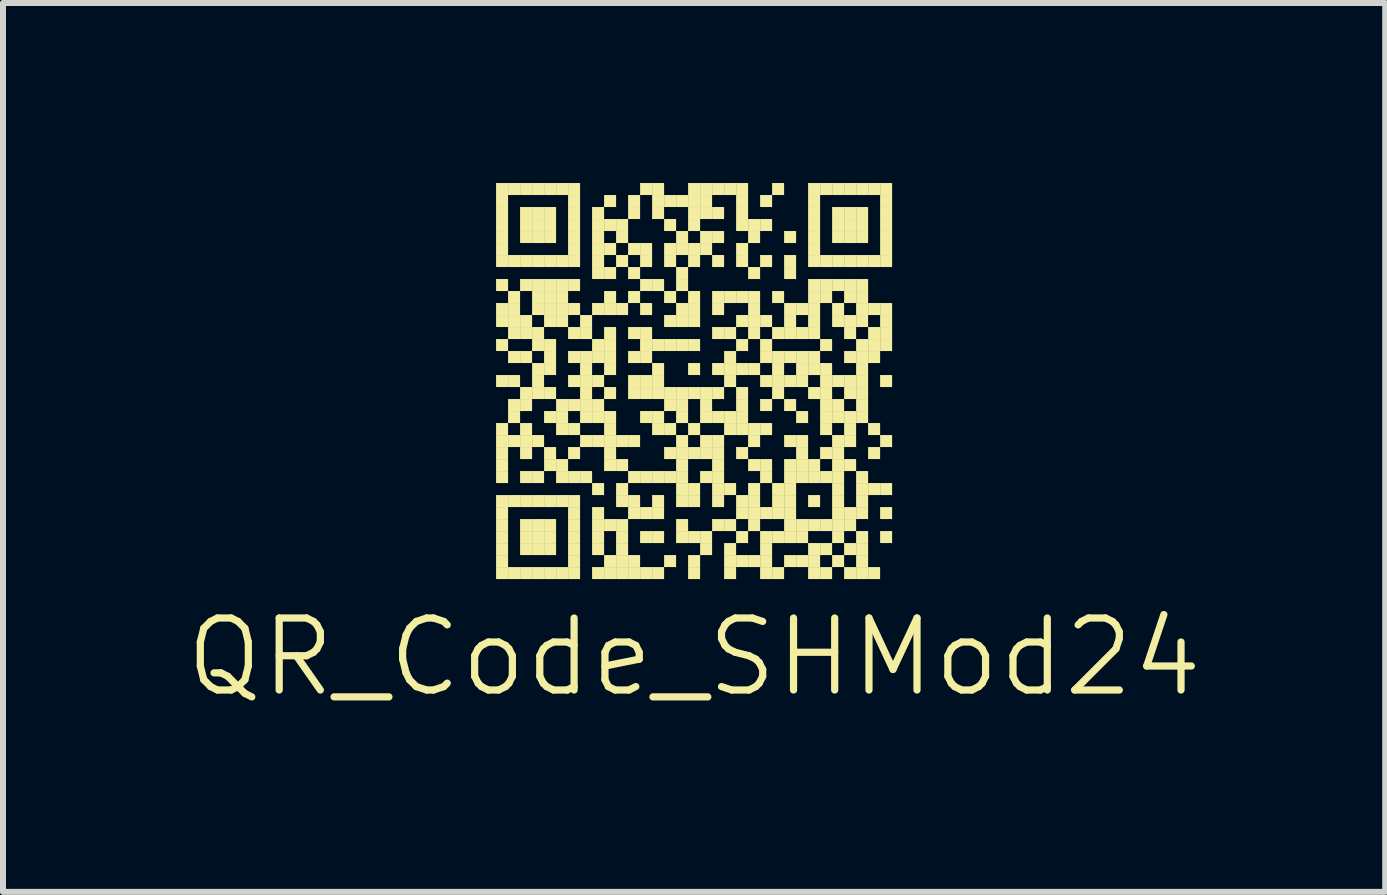
<source format=kicad_pcb>
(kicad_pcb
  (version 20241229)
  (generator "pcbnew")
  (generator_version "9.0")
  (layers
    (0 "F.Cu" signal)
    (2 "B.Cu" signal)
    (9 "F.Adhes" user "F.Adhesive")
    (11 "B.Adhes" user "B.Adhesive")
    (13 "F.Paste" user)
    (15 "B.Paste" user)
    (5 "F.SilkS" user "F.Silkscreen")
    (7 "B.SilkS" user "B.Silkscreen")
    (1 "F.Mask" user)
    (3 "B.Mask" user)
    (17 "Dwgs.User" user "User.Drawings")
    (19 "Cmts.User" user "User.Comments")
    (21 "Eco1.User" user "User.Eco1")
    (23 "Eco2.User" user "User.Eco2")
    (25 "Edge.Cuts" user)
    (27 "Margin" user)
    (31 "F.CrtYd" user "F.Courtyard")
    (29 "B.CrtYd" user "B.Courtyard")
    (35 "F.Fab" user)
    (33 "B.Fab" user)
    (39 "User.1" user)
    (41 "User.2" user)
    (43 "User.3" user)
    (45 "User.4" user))
  (footprint "QR_Code_SHMod24"
    (layer "F.Cu")
    (at 8.517 3.3)
    (property "Reference" "QR_Code_SHMod24" (at 0 4.6 0) (layer "F.SilkS") (effects (font (size 1.2 1.2) (thickness 0.12))))
    (attr through_hole)
    (fp_poly (pts (xy -3.1 -3.1) (xy -3.1 -3.3) (xy -3.3 -3.3) (xy -3.3 -3.1)) (stroke (width 0) (type solid)) (fill yes) (layer "F.SilkS"))
    (fp_poly (pts (xy -3.1 -2.9) (xy -3.1 -3.1) (xy -3.3 -3.1) (xy -3.3 -2.9)) (stroke (width 0) (type solid)) (fill yes) (layer "F.SilkS"))
    (fp_poly (pts (xy -3.1 -2.7) (xy -3.1 -2.9) (xy -3.3 -2.9) (xy -3.3 -2.7)) (stroke (width 0) (type solid)) (fill yes) (layer "F.SilkS"))
    (fp_poly (pts (xy -3.1 -2.5) (xy -3.1 -2.7) (xy -3.3 -2.7) (xy -3.3 -2.5)) (stroke (width 0) (type solid)) (fill yes) (layer "F.SilkS"))
    (fp_poly (pts (xy -3.1 -2.3) (xy -3.1 -2.5) (xy -3.3 -2.5) (xy -3.3 -2.3)) (stroke (width 0) (type solid)) (fill yes) (layer "F.SilkS"))
    (fp_poly (pts (xy -3.1 -2.1) (xy -3.1 -2.3) (xy -3.3 -2.3) (xy -3.3 -2.1)) (stroke (width 0) (type solid)) (fill yes) (layer "F.SilkS"))
    (fp_poly (pts (xy -3.1 -1.9) (xy -3.1 -2.1) (xy -3.3 -2.1) (xy -3.3 -1.9)) (stroke (width 0) (type solid)) (fill yes) (layer "F.SilkS"))
    (fp_poly (pts (xy -3.1 -1.5) (xy -3.1 -1.7) (xy -3.3 -1.7) (xy -3.3 -1.5)) (stroke (width 0) (type solid)) (fill yes) (layer "F.SilkS"))
    (fp_poly (pts (xy -3.1 -1.1) (xy -3.1 -1.3) (xy -3.3 -1.3) (xy -3.3 -1.1)) (stroke (width 0) (type solid)) (fill yes) (layer "F.SilkS"))
    (fp_poly (pts (xy -3.1 -0.9) (xy -3.1 -1.1) (xy -3.3 -1.1) (xy -3.3 -0.9)) (stroke (width 0) (type solid)) (fill yes) (layer "F.SilkS"))
    (fp_poly (pts (xy -3.1 -0.5) (xy -3.1 -0.7) (xy -3.3 -0.7) (xy -3.3 -0.5)) (stroke (width 0) (type solid)) (fill yes) (layer "F.SilkS"))
    (fp_poly (pts (xy -3.1 0.1) (xy -3.1 -0.1) (xy -3.3 -0.1) (xy -3.3 0.1)) (stroke (width 0) (type solid)) (fill yes) (layer "F.SilkS"))
    (fp_poly (pts (xy -3.1 0.9) (xy -3.1 0.7) (xy -3.3 0.7) (xy -3.3 0.9)) (stroke (width 0) (type solid)) (fill yes) (layer "F.SilkS"))
    (fp_poly (pts (xy -3.1 1.1) (xy -3.1 0.9) (xy -3.3 0.9) (xy -3.3 1.1)) (stroke (width 0) (type solid)) (fill yes) (layer "F.SilkS"))
    (fp_poly (pts (xy -3.1 1.3) (xy -3.1 1.1) (xy -3.3 1.1) (xy -3.3 1.3)) (stroke (width 0) (type solid)) (fill yes) (layer "F.SilkS"))
    (fp_poly (pts (xy -3.1 1.5) (xy -3.1 1.3) (xy -3.3 1.3) (xy -3.3 1.5)) (stroke (width 0) (type solid)) (fill yes) (layer "F.SilkS"))
    (fp_poly (pts (xy -3.1 1.7) (xy -3.1 1.5) (xy -3.3 1.5) (xy -3.3 1.7)) (stroke (width 0) (type solid)) (fill yes) (layer "F.SilkS"))
    (fp_poly (pts (xy -3.1 2.1) (xy -3.1 1.9) (xy -3.3 1.9) (xy -3.3 2.1)) (stroke (width 0) (type solid)) (fill yes) (layer "F.SilkS"))
    (fp_poly (pts (xy -3.1 2.3) (xy -3.1 2.1) (xy -3.3 2.1) (xy -3.3 2.3)) (stroke (width 0) (type solid)) (fill yes) (layer "F.SilkS"))
    (fp_poly (pts (xy -3.1 2.5) (xy -3.1 2.3) (xy -3.3 2.3) (xy -3.3 2.5)) (stroke (width 0) (type solid)) (fill yes) (layer "F.SilkS"))
    (fp_poly (pts (xy -3.1 2.7) (xy -3.1 2.5) (xy -3.3 2.5) (xy -3.3 2.7)) (stroke (width 0) (type solid)) (fill yes) (layer "F.SilkS"))
    (fp_poly (pts (xy -3.1 2.9) (xy -3.1 2.7) (xy -3.3 2.7) (xy -3.3 2.9)) (stroke (width 0) (type solid)) (fill yes) (layer "F.SilkS"))
    (fp_poly (pts (xy -3.1 3.1) (xy -3.1 2.9) (xy -3.3 2.9) (xy -3.3 3.1)) (stroke (width 0) (type solid)) (fill yes) (layer "F.SilkS"))
    (fp_poly (pts (xy -3.1 3.3) (xy -3.1 3.1) (xy -3.3 3.1) (xy -3.3 3.3)) (stroke (width 0) (type solid)) (fill yes) (layer "F.SilkS"))
    (fp_poly (pts (xy -2.9 -3.1) (xy -2.9 -3.3) (xy -3.1 -3.3) (xy -3.1 -3.1)) (stroke (width 0) (type solid)) (fill yes) (layer "F.SilkS"))
    (fp_poly (pts (xy -2.9 -1.9) (xy -2.9 -2.1) (xy -3.1 -2.1) (xy -3.1 -1.9)) (stroke (width 0) (type solid)) (fill yes) (layer "F.SilkS"))
    (fp_poly (pts (xy -2.9 -1.3) (xy -2.9 -1.5) (xy -3.1 -1.5) (xy -3.1 -1.3)) (stroke (width 0) (type solid)) (fill yes) (layer "F.SilkS"))
    (fp_poly (pts (xy -2.9 -1.1) (xy -2.9 -1.3) (xy -3.1 -1.3) (xy -3.1 -1.1)) (stroke (width 0) (type solid)) (fill yes) (layer "F.SilkS"))
    (fp_poly (pts (xy -2.9 -0.9) (xy -2.9 -1.1) (xy -3.1 -1.1) (xy -3.1 -0.9)) (stroke (width 0) (type solid)) (fill yes) (layer "F.SilkS"))
    (fp_poly (pts (xy -2.9 -0.7) (xy -2.9 -0.9) (xy -3.1 -0.9) (xy -3.1 -0.7)) (stroke (width 0) (type solid)) (fill yes) (layer "F.SilkS"))
    (fp_poly (pts (xy -2.9 -0.3) (xy -2.9 -0.5) (xy -3.1 -0.5) (xy -3.1 -0.3)) (stroke (width 0) (type solid)) (fill yes) (layer "F.SilkS"))
    (fp_poly (pts (xy -2.9 0.1) (xy -2.9 -0.1) (xy -3.1 -0.1) (xy -3.1 0.1)) (stroke (width 0) (type solid)) (fill yes) (layer "F.SilkS"))
    (fp_poly (pts (xy -2.9 0.5) (xy -2.9 0.3) (xy -3.1 0.3) (xy -3.1 0.5)) (stroke (width 0) (type solid)) (fill yes) (layer "F.SilkS"))
    (fp_poly (pts (xy -2.9 0.7) (xy -2.9 0.5) (xy -3.1 0.5) (xy -3.1 0.7)) (stroke (width 0) (type solid)) (fill yes) (layer "F.SilkS"))
    (fp_poly (pts (xy -2.9 1.1) (xy -2.9 0.9) (xy -3.1 0.9) (xy -3.1 1.1)) (stroke (width 0) (type solid)) (fill yes) (layer "F.SilkS"))
    (fp_poly (pts (xy -2.9 2.1) (xy -2.9 1.9) (xy -3.1 1.9) (xy -3.1 2.1)) (stroke (width 0) (type solid)) (fill yes) (layer "F.SilkS"))
    (fp_poly (pts (xy -2.9 3.3) (xy -2.9 3.1) (xy -3.1 3.1) (xy -3.1 3.3)) (stroke (width 0) (type solid)) (fill yes) (layer "F.SilkS"))
    (fp_poly (pts (xy -2.7 -3.1) (xy -2.7 -3.3) (xy -2.9 -3.3) (xy -2.9 -3.1)) (stroke (width 0) (type solid)) (fill yes) (layer "F.SilkS"))
    (fp_poly (pts (xy -2.7 -2.7) (xy -2.7 -2.9) (xy -2.9 -2.9) (xy -2.9 -2.7)) (stroke (width 0) (type solid)) (fill yes) (layer "F.SilkS"))
    (fp_poly (pts (xy -2.7 -2.5) (xy -2.7 -2.7) (xy -2.9 -2.7) (xy -2.9 -2.5)) (stroke (width 0) (type solid)) (fill yes) (layer "F.SilkS"))
    (fp_poly (pts (xy -2.7 -2.3) (xy -2.7 -2.5) (xy -2.9 -2.5) (xy -2.9 -2.3)) (stroke (width 0) (type solid)) (fill yes) (layer "F.SilkS"))
    (fp_poly (pts (xy -2.7 -1.9) (xy -2.7 -2.1) (xy -2.9 -2.1) (xy -2.9 -1.9)) (stroke (width 0) (type solid)) (fill yes) (layer "F.SilkS"))
    (fp_poly (pts (xy -2.7 -1.5) (xy -2.7 -1.7) (xy -2.9 -1.7) (xy -2.9 -1.5)) (stroke (width 0) (type solid)) (fill yes) (layer "F.SilkS"))
    (fp_poly (pts (xy -2.7 -0.9) (xy -2.7 -1.1) (xy -2.9 -1.1) (xy -2.9 -0.9)) (stroke (width 0) (type solid)) (fill yes) (layer "F.SilkS"))
    (fp_poly (pts (xy -2.7 -0.7) (xy -2.7 -0.9) (xy -2.9 -0.9) (xy -2.9 -0.7)) (stroke (width 0) (type solid)) (fill yes) (layer "F.SilkS"))
    (fp_poly (pts (xy -2.7 -0.3) (xy -2.7 -0.5) (xy -2.9 -0.5) (xy -2.9 -0.3)) (stroke (width 0) (type solid)) (fill yes) (layer "F.SilkS"))
    (fp_poly (pts (xy -2.7 0.3) (xy -2.7 0.1) (xy -2.9 0.1) (xy -2.9 0.3)) (stroke (width 0) (type solid)) (fill yes) (layer "F.SilkS"))
    (fp_poly (pts (xy -2.7 0.5) (xy -2.7 0.3) (xy -2.9 0.3) (xy -2.9 0.5)) (stroke (width 0) (type solid)) (fill yes) (layer "F.SilkS"))
    (fp_poly (pts (xy -2.7 0.9) (xy -2.7 0.7) (xy -2.9 0.7) (xy -2.9 0.9)) (stroke (width 0) (type solid)) (fill yes) (layer "F.SilkS"))
    (fp_poly (pts (xy -2.7 1.1) (xy -2.7 0.9) (xy -2.9 0.9) (xy -2.9 1.1)) (stroke (width 0) (type solid)) (fill yes) (layer "F.SilkS"))
    (fp_poly (pts (xy -2.7 1.3) (xy -2.7 1.1) (xy -2.9 1.1) (xy -2.9 1.3)) (stroke (width 0) (type solid)) (fill yes) (layer "F.SilkS"))
    (fp_poly (pts (xy -2.7 1.7) (xy -2.7 1.5) (xy -2.9 1.5) (xy -2.9 1.7)) (stroke (width 0) (type solid)) (fill yes) (layer "F.SilkS"))
    (fp_poly (pts (xy -2.7 2.1) (xy -2.7 1.9) (xy -2.9 1.9) (xy -2.9 2.1)) (stroke (width 0) (type solid)) (fill yes) (layer "F.SilkS"))
    (fp_poly (pts (xy -2.7 2.5) (xy -2.7 2.3) (xy -2.9 2.3) (xy -2.9 2.5)) (stroke (width 0) (type solid)) (fill yes) (layer "F.SilkS"))
    (fp_poly (pts (xy -2.7 2.7) (xy -2.7 2.5) (xy -2.9 2.5) (xy -2.9 2.7)) (stroke (width 0) (type solid)) (fill yes) (layer "F.SilkS"))
    (fp_poly (pts (xy -2.7 2.9) (xy -2.7 2.7) (xy -2.9 2.7) (xy -2.9 2.9)) (stroke (width 0) (type solid)) (fill yes) (layer "F.SilkS"))
    (fp_poly (pts (xy -2.7 3.3) (xy -2.7 3.1) (xy -2.9 3.1) (xy -2.9 3.3)) (stroke (width 0) (type solid)) (fill yes) (layer "F.SilkS"))
    (fp_poly (pts (xy -2.5 -3.1) (xy -2.5 -3.3) (xy -2.7 -3.3) (xy -2.7 -3.1)) (stroke (width 0) (type solid)) (fill yes) (layer "F.SilkS"))
    (fp_poly (pts (xy -2.5 -2.7) (xy -2.5 -2.9) (xy -2.7 -2.9) (xy -2.7 -2.7)) (stroke (width 0) (type solid)) (fill yes) (layer "F.SilkS"))
    (fp_poly (pts (xy -2.5 -2.5) (xy -2.5 -2.7) (xy -2.7 -2.7) (xy -2.7 -2.5)) (stroke (width 0) (type solid)) (fill yes) (layer "F.SilkS"))
    (fp_poly (pts (xy -2.5 -2.3) (xy -2.5 -2.5) (xy -2.7 -2.5) (xy -2.7 -2.3)) (stroke (width 0) (type solid)) (fill yes) (layer "F.SilkS"))
    (fp_poly (pts (xy -2.5 -1.9) (xy -2.5 -2.1) (xy -2.7 -2.1) (xy -2.7 -1.9)) (stroke (width 0) (type solid)) (fill yes) (layer "F.SilkS"))
    (fp_poly (pts (xy -2.5 -1.5) (xy -2.5 -1.7) (xy -2.7 -1.7) (xy -2.7 -1.5)) (stroke (width 0) (type solid)) (fill yes) (layer "F.SilkS"))
    (fp_poly (pts (xy -2.5 -1.3) (xy -2.5 -1.5) (xy -2.7 -1.5) (xy -2.7 -1.3)) (stroke (width 0) (type solid)) (fill yes) (layer "F.SilkS"))
    (fp_poly (pts (xy -2.5 -1.1) (xy -2.5 -1.3) (xy -2.7 -1.3) (xy -2.7 -1.1)) (stroke (width 0) (type solid)) (fill yes) (layer "F.SilkS"))
    (fp_poly (pts (xy -2.5 -0.7) (xy -2.5 -0.9) (xy -2.7 -0.9) (xy -2.7 -0.7)) (stroke (width 0) (type solid)) (fill yes) (layer "F.SilkS"))
    (fp_poly (pts (xy -2.5 -0.5) (xy -2.5 -0.7) (xy -2.7 -0.7) (xy -2.7 -0.5)) (stroke (width 0) (type solid)) (fill yes) (layer "F.SilkS"))
    (fp_poly (pts (xy -2.5 -0.1) (xy -2.5 -0.3) (xy -2.7 -0.3) (xy -2.7 -0.1)) (stroke (width 0) (type solid)) (fill yes) (layer "F.SilkS"))
    (fp_poly (pts (xy -2.5 0.1) (xy -2.5 -0.1) (xy -2.7 -0.1) (xy -2.7 0.1)) (stroke (width 0) (type solid)) (fill yes) (layer "F.SilkS"))
    (fp_poly (pts (xy -2.5 0.3) (xy -2.5 0.1) (xy -2.7 0.1) (xy -2.7 0.3)) (stroke (width 0) (type solid)) (fill yes) (layer "F.SilkS"))
    (fp_poly (pts (xy -2.5 1.1) (xy -2.5 0.9) (xy -2.7 0.9) (xy -2.7 1.1)) (stroke (width 0) (type solid)) (fill yes) (layer "F.SilkS"))
    (fp_poly (pts (xy -2.5 1.7) (xy -2.5 1.5) (xy -2.7 1.5) (xy -2.7 1.7)) (stroke (width 0) (type solid)) (fill yes) (layer "F.SilkS"))
    (fp_poly (pts (xy -2.5 2.1) (xy -2.5 1.9) (xy -2.7 1.9) (xy -2.7 2.1)) (stroke (width 0) (type solid)) (fill yes) (layer "F.SilkS"))
    (fp_poly (pts (xy -2.5 2.5) (xy -2.5 2.3) (xy -2.7 2.3) (xy -2.7 2.5)) (stroke (width 0) (type solid)) (fill yes) (layer "F.SilkS"))
    (fp_poly (pts (xy -2.5 2.7) (xy -2.5 2.5) (xy -2.7 2.5) (xy -2.7 2.7)) (stroke (width 0) (type solid)) (fill yes) (layer "F.SilkS"))
    (fp_poly (pts (xy -2.5 2.9) (xy -2.5 2.7) (xy -2.7 2.7) (xy -2.7 2.9)) (stroke (width 0) (type solid)) (fill yes) (layer "F.SilkS"))
    (fp_poly (pts (xy -2.5 3.3) (xy -2.5 3.1) (xy -2.7 3.1) (xy -2.7 3.3)) (stroke (width 0) (type solid)) (fill yes) (layer "F.SilkS"))
    (fp_poly (pts (xy -2.3 -3.1) (xy -2.3 -3.3) (xy -2.5 -3.3) (xy -2.5 -3.1)) (stroke (width 0) (type solid)) (fill yes) (layer "F.SilkS"))
    (fp_poly (pts (xy -2.3 -2.7) (xy -2.3 -2.9) (xy -2.5 -2.9) (xy -2.5 -2.7)) (stroke (width 0) (type solid)) (fill yes) (layer "F.SilkS"))
    (fp_poly (pts (xy -2.3 -2.5) (xy -2.3 -2.7) (xy -2.5 -2.7) (xy -2.5 -2.5)) (stroke (width 0) (type solid)) (fill yes) (layer "F.SilkS"))
    (fp_poly (pts (xy -2.3 -2.3) (xy -2.3 -2.5) (xy -2.5 -2.5) (xy -2.5 -2.3)) (stroke (width 0) (type solid)) (fill yes) (layer "F.SilkS"))
    (fp_poly (pts (xy -2.3 -1.9) (xy -2.3 -2.1) (xy -2.5 -2.1) (xy -2.5 -1.9)) (stroke (width 0) (type solid)) (fill yes) (layer "F.SilkS"))
    (fp_poly (pts (xy -2.3 -1.5) (xy -2.3 -1.7) (xy -2.5 -1.7) (xy -2.5 -1.5)) (stroke (width 0) (type solid)) (fill yes) (layer "F.SilkS"))
    (fp_poly (pts (xy -2.3 -1.3) (xy -2.3 -1.5) (xy -2.5 -1.5) (xy -2.5 -1.3)) (stroke (width 0) (type solid)) (fill yes) (layer "F.SilkS"))
    (fp_poly (pts (xy -2.3 -1.1) (xy -2.3 -1.3) (xy -2.5 -1.3) (xy -2.5 -1.1)) (stroke (width 0) (type solid)) (fill yes) (layer "F.SilkS"))
    (fp_poly (pts (xy -2.3 -0.9) (xy -2.3 -1.1) (xy -2.5 -1.1) (xy -2.5 -0.9)) (stroke (width 0) (type solid)) (fill yes) (layer "F.SilkS"))
    (fp_poly (pts (xy -2.3 -0.5) (xy -2.3 -0.7) (xy -2.5 -0.7) (xy -2.5 -0.5)) (stroke (width 0) (type solid)) (fill yes) (layer "F.SilkS"))
    (fp_poly (pts (xy -2.3 -0.3) (xy -2.3 -0.5) (xy -2.5 -0.5) (xy -2.5 -0.3)) (stroke (width 0) (type solid)) (fill yes) (layer "F.SilkS"))
    (fp_poly (pts (xy -2.3 -0.1) (xy -2.3 -0.3) (xy -2.5 -0.3) (xy -2.5 -0.1)) (stroke (width 0) (type solid)) (fill yes) (layer "F.SilkS"))
    (fp_poly (pts (xy -2.3 0.3) (xy -2.3 0.1) (xy -2.5 0.1) (xy -2.5 0.3)) (stroke (width 0) (type solid)) (fill yes) (layer "F.SilkS"))
    (fp_poly (pts (xy -2.3 0.7) (xy -2.3 0.5) (xy -2.5 0.5) (xy -2.5 0.7)) (stroke (width 0) (type solid)) (fill yes) (layer "F.SilkS"))
    (fp_poly (pts (xy -2.3 1.3) (xy -2.3 1.1) (xy -2.5 1.1) (xy -2.5 1.3)) (stroke (width 0) (type solid)) (fill yes) (layer "F.SilkS"))
    (fp_poly (pts (xy -2.3 1.5) (xy -2.3 1.3) (xy -2.5 1.3) (xy -2.5 1.5)) (stroke (width 0) (type solid)) (fill yes) (layer "F.SilkS"))
    (fp_poly (pts (xy -2.3 2.1) (xy -2.3 1.9) (xy -2.5 1.9) (xy -2.5 2.1)) (stroke (width 0) (type solid)) (fill yes) (layer "F.SilkS"))
    (fp_poly (pts (xy -2.3 2.5) (xy -2.3 2.3) (xy -2.5 2.3) (xy -2.5 2.5)) (stroke (width 0) (type solid)) (fill yes) (layer "F.SilkS"))
    (fp_poly (pts (xy -2.3 2.7) (xy -2.3 2.5) (xy -2.5 2.5) (xy -2.5 2.7)) (stroke (width 0) (type solid)) (fill yes) (layer "F.SilkS"))
    (fp_poly (pts (xy -2.3 2.9) (xy -2.3 2.7) (xy -2.5 2.7) (xy -2.5 2.9)) (stroke (width 0) (type solid)) (fill yes) (layer "F.SilkS"))
    (fp_poly (pts (xy -2.3 3.3) (xy -2.3 3.1) (xy -2.5 3.1) (xy -2.5 3.3)) (stroke (width 0) (type solid)) (fill yes) (layer "F.SilkS"))
    (fp_poly (pts (xy -2.1 -3.1) (xy -2.1 -3.3) (xy -2.3 -3.3) (xy -2.3 -3.1)) (stroke (width 0) (type solid)) (fill yes) (layer "F.SilkS"))
    (fp_poly (pts (xy -2.1 -1.9) (xy -2.1 -2.1) (xy -2.3 -2.1) (xy -2.3 -1.9)) (stroke (width 0) (type solid)) (fill yes) (layer "F.SilkS"))
    (fp_poly (pts (xy -2.1 -1.5) (xy -2.1 -1.7) (xy -2.3 -1.7) (xy -2.3 -1.5)) (stroke (width 0) (type solid)) (fill yes) (layer "F.SilkS"))
    (fp_poly (pts (xy -2.1 -1.3) (xy -2.1 -1.5) (xy -2.3 -1.5) (xy -2.3 -1.3)) (stroke (width 0) (type solid)) (fill yes) (layer "F.SilkS"))
    (fp_poly (pts (xy -2.1 -1.1) (xy -2.1 -1.3) (xy -2.3 -1.3) (xy -2.3 -1.1)) (stroke (width 0) (type solid)) (fill yes) (layer "F.SilkS"))
    (fp_poly (pts (xy -2.1 -0.9) (xy -2.1 -1.1) (xy -2.3 -1.1) (xy -2.3 -0.9)) (stroke (width 0) (type solid)) (fill yes) (layer "F.SilkS"))
    (fp_poly (pts (xy -2.1 0.5) (xy -2.1 0.3) (xy -2.3 0.3) (xy -2.3 0.5)) (stroke (width 0) (type solid)) (fill yes) (layer "F.SilkS"))
    (fp_poly (pts (xy -2.1 0.7) (xy -2.1 0.5) (xy -2.3 0.5) (xy -2.3 0.7)) (stroke (width 0) (type solid)) (fill yes) (layer "F.SilkS"))
    (fp_poly (pts (xy -2.1 0.9) (xy -2.1 0.7) (xy -2.3 0.7) (xy -2.3 0.9)) (stroke (width 0) (type solid)) (fill yes) (layer "F.SilkS"))
    (fp_poly (pts (xy -2.1 1.5) (xy -2.1 1.3) (xy -2.3 1.3) (xy -2.3 1.5)) (stroke (width 0) (type solid)) (fill yes) (layer "F.SilkS"))
    (fp_poly (pts (xy -2.1 1.7) (xy -2.1 1.5) (xy -2.3 1.5) (xy -2.3 1.7)) (stroke (width 0) (type solid)) (fill yes) (layer "F.SilkS"))
    (fp_poly (pts (xy -2.1 2.1) (xy -2.1 1.9) (xy -2.3 1.9) (xy -2.3 2.1)) (stroke (width 0) (type solid)) (fill yes) (layer "F.SilkS"))
    (fp_poly (pts (xy -2.1 3.3) (xy -2.1 3.1) (xy -2.3 3.1) (xy -2.3 3.3)) (stroke (width 0) (type solid)) (fill yes) (layer "F.SilkS"))
    (fp_poly (pts (xy -1.9 -3.1) (xy -1.9 -3.3) (xy -2.1 -3.3) (xy -2.1 -3.1)) (stroke (width 0) (type solid)) (fill yes) (layer "F.SilkS"))
    (fp_poly (pts (xy -1.9 -2.9) (xy -1.9 -3.1) (xy -2.1 -3.1) (xy -2.1 -2.9)) (stroke (width 0) (type solid)) (fill yes) (layer "F.SilkS"))
    (fp_poly (pts (xy -1.9 -2.7) (xy -1.9 -2.9) (xy -2.1 -2.9) (xy -2.1 -2.7)) (stroke (width 0) (type solid)) (fill yes) (layer "F.SilkS"))
    (fp_poly (pts (xy -1.9 -2.5) (xy -1.9 -2.7) (xy -2.1 -2.7) (xy -2.1 -2.5)) (stroke (width 0) (type solid)) (fill yes) (layer "F.SilkS"))
    (fp_poly (pts (xy -1.9 -2.3) (xy -1.9 -2.5) (xy -2.1 -2.5) (xy -2.1 -2.3)) (stroke (width 0) (type solid)) (fill yes) (layer "F.SilkS"))
    (fp_poly (pts (xy -1.9 -2.1) (xy -1.9 -2.3) (xy -2.1 -2.3) (xy -2.1 -2.1)) (stroke (width 0) (type solid)) (fill yes) (layer "F.SilkS"))
    (fp_poly (pts (xy -1.9 -1.9) (xy -1.9 -2.1) (xy -2.1 -2.1) (xy -2.1 -1.9)) (stroke (width 0) (type solid)) (fill yes) (layer "F.SilkS"))
    (fp_poly (pts (xy -1.9 -1.5) (xy -1.9 -1.7) (xy -2.1 -1.7) (xy -2.1 -1.5)) (stroke (width 0) (type solid)) (fill yes) (layer "F.SilkS"))
    (fp_poly (pts (xy -1.9 -1.1) (xy -1.9 -1.3) (xy -2.1 -1.3) (xy -2.1 -1.1)) (stroke (width 0) (type solid)) (fill yes) (layer "F.SilkS"))
    (fp_poly (pts (xy -1.9 -0.7) (xy -1.9 -0.9) (xy -2.1 -0.9) (xy -2.1 -0.7)) (stroke (width 0) (type solid)) (fill yes) (layer "F.SilkS"))
    (fp_poly (pts (xy -1.9 -0.3) (xy -1.9 -0.5) (xy -2.1 -0.5) (xy -2.1 -0.3)) (stroke (width 0) (type solid)) (fill yes) (layer "F.SilkS"))
    (fp_poly (pts (xy -1.9 0.1) (xy -1.9 -0.1) (xy -2.1 -0.1) (xy -2.1 0.1)) (stroke (width 0) (type solid)) (fill yes) (layer "F.SilkS"))
    (fp_poly (pts (xy -1.9 0.5) (xy -1.9 0.3) (xy -2.1 0.3) (xy -2.1 0.5)) (stroke (width 0) (type solid)) (fill yes) (layer "F.SilkS"))
    (fp_poly (pts (xy -1.9 0.9) (xy -1.9 0.7) (xy -2.1 0.7) (xy -2.1 0.9)) (stroke (width 0) (type solid)) (fill yes) (layer "F.SilkS"))
    (fp_poly (pts (xy -1.9 1.3) (xy -1.9 1.1) (xy -2.1 1.1) (xy -2.1 1.3)) (stroke (width 0) (type solid)) (fill yes) (layer "F.SilkS"))
    (fp_poly (pts (xy -1.9 1.7) (xy -1.9 1.5) (xy -2.1 1.5) (xy -2.1 1.7)) (stroke (width 0) (type solid)) (fill yes) (layer "F.SilkS"))
    (fp_poly (pts (xy -1.9 2.1) (xy -1.9 1.9) (xy -2.1 1.9) (xy -2.1 2.1)) (stroke (width 0) (type solid)) (fill yes) (layer "F.SilkS"))
    (fp_poly (pts (xy -1.9 2.3) (xy -1.9 2.1) (xy -2.1 2.1) (xy -2.1 2.3)) (stroke (width 0) (type solid)) (fill yes) (layer "F.SilkS"))
    (fp_poly (pts (xy -1.9 2.5) (xy -1.9 2.3) (xy -2.1 2.3) (xy -2.1 2.5)) (stroke (width 0) (type solid)) (fill yes) (layer "F.SilkS"))
    (fp_poly (pts (xy -1.9 2.7) (xy -1.9 2.5) (xy -2.1 2.5) (xy -2.1 2.7)) (stroke (width 0) (type solid)) (fill yes) (layer "F.SilkS"))
    (fp_poly (pts (xy -1.9 2.9) (xy -1.9 2.7) (xy -2.1 2.7) (xy -2.1 2.9)) (stroke (width 0) (type solid)) (fill yes) (layer "F.SilkS"))
    (fp_poly (pts (xy -1.9 3.1) (xy -1.9 2.9) (xy -2.1 2.9) (xy -2.1 3.1)) (stroke (width 0) (type solid)) (fill yes) (layer "F.SilkS"))
    (fp_poly (pts (xy -1.9 3.3) (xy -1.9 3.1) (xy -2.1 3.1) (xy -2.1 3.3)) (stroke (width 0) (type solid)) (fill yes) (layer "F.SilkS"))
    (fp_poly (pts (xy -1.7 -0.9) (xy -1.7 -1.1) (xy -1.9 -1.1) (xy -1.9 -0.9)) (stroke (width 0) (type solid)) (fill yes) (layer "F.SilkS"))
    (fp_poly (pts (xy -1.7 -0.7) (xy -1.7 -0.9) (xy -1.9 -0.9) (xy -1.9 -0.7)) (stroke (width 0) (type solid)) (fill yes) (layer "F.SilkS"))
    (fp_poly (pts (xy -1.7 -0.3) (xy -1.7 -0.5) (xy -1.9 -0.5) (xy -1.9 -0.3)) (stroke (width 0) (type solid)) (fill yes) (layer "F.SilkS"))
    (fp_poly (pts (xy -1.7 -0.1) (xy -1.7 -0.3) (xy -1.9 -0.3) (xy -1.9 -0.1)) (stroke (width 0) (type solid)) (fill yes) (layer "F.SilkS"))
    (fp_poly (pts (xy -1.7 0.1) (xy -1.7 -0.1) (xy -1.9 -0.1) (xy -1.9 0.1)) (stroke (width 0) (type solid)) (fill yes) (layer "F.SilkS"))
    (fp_poly (pts (xy -1.7 0.3) (xy -1.7 0.1) (xy -1.9 0.1) (xy -1.9 0.3)) (stroke (width 0) (type solid)) (fill yes) (layer "F.SilkS"))
    (fp_poly (pts (xy -1.7 0.5) (xy -1.7 0.3) (xy -1.9 0.3) (xy -1.9 0.5)) (stroke (width 0) (type solid)) (fill yes) (layer "F.SilkS"))
    (fp_poly (pts (xy -1.7 0.7) (xy -1.7 0.5) (xy -1.9 0.5) (xy -1.9 0.7)) (stroke (width 0) (type solid)) (fill yes) (layer "F.SilkS"))
    (fp_poly (pts (xy -1.7 1.1) (xy -1.7 0.9) (xy -1.9 0.9) (xy -1.9 1.1)) (stroke (width 0) (type solid)) (fill yes) (layer "F.SilkS"))
    (fp_poly (pts (xy -1.7 1.7) (xy -1.7 1.5) (xy -1.9 1.5) (xy -1.9 1.7)) (stroke (width 0) (type solid)) (fill yes) (layer "F.SilkS"))
    (fp_poly (pts (xy -1.5 -2.7) (xy -1.5 -2.9) (xy -1.7 -2.9) (xy -1.7 -2.7)) (stroke (width 0) (type solid)) (fill yes) (layer "F.SilkS"))
    (fp_poly (pts (xy -1.5 -2.5) (xy -1.5 -2.7) (xy -1.7 -2.7) (xy -1.7 -2.5)) (stroke (width 0) (type solid)) (fill yes) (layer "F.SilkS"))
    (fp_poly (pts (xy -1.5 -2.3) (xy -1.5 -2.5) (xy -1.7 -2.5) (xy -1.7 -2.3)) (stroke (width 0) (type solid)) (fill yes) (layer "F.SilkS"))
    (fp_poly (pts (xy -1.5 -2.1) (xy -1.5 -2.3) (xy -1.7 -2.3) (xy -1.7 -2.1)) (stroke (width 0) (type solid)) (fill yes) (layer "F.SilkS"))
    (fp_poly (pts (xy -1.5 -1.9) (xy -1.5 -2.1) (xy -1.7 -2.1) (xy -1.7 -1.9)) (stroke (width 0) (type solid)) (fill yes) (layer "F.SilkS"))
    (fp_poly (pts (xy -1.5 -1.7) (xy -1.5 -1.9) (xy -1.7 -1.9) (xy -1.7 -1.7)) (stroke (width 0) (type solid)) (fill yes) (layer "F.SilkS"))
    (fp_poly (pts (xy -1.5 -1.1) (xy -1.5 -1.3) (xy -1.7 -1.3) (xy -1.7 -1.1)) (stroke (width 0) (type solid)) (fill yes) (layer "F.SilkS"))
    (fp_poly (pts (xy -1.5 -0.5) (xy -1.5 -0.7) (xy -1.7 -0.7) (xy -1.7 -0.5)) (stroke (width 0) (type solid)) (fill yes) (layer "F.SilkS"))
    (fp_poly (pts (xy -1.5 -0.3) (xy -1.5 -0.5) (xy -1.7 -0.5) (xy -1.7 -0.3)) (stroke (width 0) (type solid)) (fill yes) (layer "F.SilkS"))
    (fp_poly (pts (xy -1.5 0.1) (xy -1.5 -0.1) (xy -1.7 -0.1) (xy -1.7 0.1)) (stroke (width 0) (type solid)) (fill yes) (layer "F.SilkS"))
    (fp_poly (pts (xy -1.5 0.5) (xy -1.5 0.3) (xy -1.7 0.3) (xy -1.7 0.5)) (stroke (width 0) (type solid)) (fill yes) (layer "F.SilkS"))
    (fp_poly (pts (xy -1.5 0.7) (xy -1.5 0.5) (xy -1.7 0.5) (xy -1.7 0.7)) (stroke (width 0) (type solid)) (fill yes) (layer "F.SilkS"))
    (fp_poly (pts (xy -1.5 1.1) (xy -1.5 0.9) (xy -1.7 0.9) (xy -1.7 1.1)) (stroke (width 0) (type solid)) (fill yes) (layer "F.SilkS"))
    (fp_poly (pts (xy -1.5 1.9) (xy -1.5 1.7) (xy -1.7 1.7) (xy -1.7 1.9)) (stroke (width 0) (type solid)) (fill yes) (layer "F.SilkS"))
    (fp_poly (pts (xy -1.5 2.3) (xy -1.5 2.1) (xy -1.7 2.1) (xy -1.7 2.3)) (stroke (width 0) (type solid)) (fill yes) (layer "F.SilkS"))
    (fp_poly (pts (xy -1.5 2.5) (xy -1.5 2.3) (xy -1.7 2.3) (xy -1.7 2.5)) (stroke (width 0) (type solid)) (fill yes) (layer "F.SilkS"))
    (fp_poly (pts (xy -1.5 2.7) (xy -1.5 2.5) (xy -1.7 2.5) (xy -1.7 2.7)) (stroke (width 0) (type solid)) (fill yes) (layer "F.SilkS"))
    (fp_poly (pts (xy -1.5 2.9) (xy -1.5 2.7) (xy -1.7 2.7) (xy -1.7 2.9)) (stroke (width 0) (type solid)) (fill yes) (layer "F.SilkS"))
    (fp_poly (pts (xy -1.5 3.3) (xy -1.5 3.1) (xy -1.7 3.1) (xy -1.7 3.3)) (stroke (width 0) (type solid)) (fill yes) (layer "F.SilkS"))
    (fp_poly (pts (xy -1.3 -2.9) (xy -1.3 -3.1) (xy -1.5 -3.1) (xy -1.5 -2.9)) (stroke (width 0) (type solid)) (fill yes) (layer "F.SilkS"))
    (fp_poly (pts (xy -1.3 -2.5) (xy -1.3 -2.7) (xy -1.5 -2.7) (xy -1.5 -2.5)) (stroke (width 0) (type solid)) (fill yes) (layer "F.SilkS"))
    (fp_poly (pts (xy -1.3 -2.1) (xy -1.3 -2.3) (xy -1.5 -2.3) (xy -1.5 -2.1)) (stroke (width 0) (type solid)) (fill yes) (layer "F.SilkS"))
    (fp_poly (pts (xy -1.3 -1.7) (xy -1.3 -1.9) (xy -1.5 -1.9) (xy -1.5 -1.7)) (stroke (width 0) (type solid)) (fill yes) (layer "F.SilkS"))
    (fp_poly (pts (xy -1.3 -1.3) (xy -1.3 -1.5) (xy -1.5 -1.5) (xy -1.5 -1.3)) (stroke (width 0) (type solid)) (fill yes) (layer "F.SilkS"))
    (fp_poly (pts (xy -1.3 -1.1) (xy -1.3 -1.3) (xy -1.5 -1.3) (xy -1.5 -1.1)) (stroke (width 0) (type solid)) (fill yes) (layer "F.SilkS"))
    (fp_poly (pts (xy -1.3 -0.7) (xy -1.3 -0.9) (xy -1.5 -0.9) (xy -1.5 -0.7)) (stroke (width 0) (type solid)) (fill yes) (layer "F.SilkS"))
    (fp_poly (pts (xy -1.3 -0.5) (xy -1.3 -0.7) (xy -1.5 -0.7) (xy -1.5 -0.5)) (stroke (width 0) (type solid)) (fill yes) (layer "F.SilkS"))
    (fp_poly (pts (xy -1.3 -0.3) (xy -1.3 -0.5) (xy -1.5 -0.5) (xy -1.5 -0.3)) (stroke (width 0) (type solid)) (fill yes) (layer "F.SilkS"))
    (fp_poly (pts (xy -1.3 -0.1) (xy -1.3 -0.3) (xy -1.5 -0.3) (xy -1.5 -0.1)) (stroke (width 0) (type solid)) (fill yes) (layer "F.SilkS"))
    (fp_poly (pts (xy -1.3 0.3) (xy -1.3 0.1) (xy -1.5 0.1) (xy -1.5 0.3)) (stroke (width 0) (type solid)) (fill yes) (layer "F.SilkS"))
    (fp_poly (pts (xy -1.3 0.7) (xy -1.3 0.5) (xy -1.5 0.5) (xy -1.5 0.7)) (stroke (width 0) (type solid)) (fill yes) (layer "F.SilkS"))
    (fp_poly (pts (xy -1.3 0.9) (xy -1.3 0.7) (xy -1.5 0.7) (xy -1.5 0.9)) (stroke (width 0) (type solid)) (fill yes) (layer "F.SilkS"))
    (fp_poly (pts (xy -1.3 1.1) (xy -1.3 0.9) (xy -1.5 0.9) (xy -1.5 1.1)) (stroke (width 0) (type solid)) (fill yes) (layer "F.SilkS"))
    (fp_poly (pts (xy -1.3 1.3) (xy -1.3 1.1) (xy -1.5 1.1) (xy -1.5 1.3)) (stroke (width 0) (type solid)) (fill yes) (layer "F.SilkS"))
    (fp_poly (pts (xy -1.3 1.5) (xy -1.3 1.3) (xy -1.5 1.3) (xy -1.5 1.5)) (stroke (width 0) (type solid)) (fill yes) (layer "F.SilkS"))
    (fp_poly (pts (xy -1.3 2.5) (xy -1.3 2.3) (xy -1.5 2.3) (xy -1.5 2.5)) (stroke (width 0) (type solid)) (fill yes) (layer "F.SilkS"))
    (fp_poly (pts (xy -1.3 3.1) (xy -1.3 2.9) (xy -1.5 2.9) (xy -1.5 3.1)) (stroke (width 0) (type solid)) (fill yes) (layer "F.SilkS"))
    (fp_poly (pts (xy -1.3 3.3) (xy -1.3 3.1) (xy -1.5 3.1) (xy -1.5 3.3)) (stroke (width 0) (type solid)) (fill yes) (layer "F.SilkS"))
    (fp_poly (pts (xy -1.1 -2.5) (xy -1.1 -2.7) (xy -1.3 -2.7) (xy -1.3 -2.5)) (stroke (width 0) (type solid)) (fill yes) (layer "F.SilkS"))
    (fp_poly (pts (xy -1.1 -2.3) (xy -1.1 -2.5) (xy -1.3 -2.5) (xy -1.3 -2.3)) (stroke (width 0) (type solid)) (fill yes) (layer "F.SilkS"))
    (fp_poly (pts (xy -1.1 -1.9) (xy -1.1 -2.1) (xy -1.3 -2.1) (xy -1.3 -1.9)) (stroke (width 0) (type solid)) (fill yes) (layer "F.SilkS"))
    (fp_poly (pts (xy -1.1 -1.1) (xy -1.1 -1.3) (xy -1.3 -1.3) (xy -1.3 -1.1)) (stroke (width 0) (type solid)) (fill yes) (layer "F.SilkS"))
    (fp_poly (pts (xy -1.1 1.1) (xy -1.1 0.9) (xy -1.3 0.9) (xy -1.3 1.1)) (stroke (width 0) (type solid)) (fill yes) (layer "F.SilkS"))
    (fp_poly (pts (xy -1.1 1.5) (xy -1.1 1.3) (xy -1.3 1.3) (xy -1.3 1.5)) (stroke (width 0) (type solid)) (fill yes) (layer "F.SilkS"))
    (fp_poly (pts (xy -1.1 1.9) (xy -1.1 1.7) (xy -1.3 1.7) (xy -1.3 1.9)) (stroke (width 0) (type solid)) (fill yes) (layer "F.SilkS"))
    (fp_poly (pts (xy -1.1 2.1) (xy -1.1 1.9) (xy -1.3 1.9) (xy -1.3 2.1)) (stroke (width 0) (type solid)) (fill yes) (layer "F.SilkS"))
    (fp_poly (pts (xy -1.1 2.5) (xy -1.1 2.3) (xy -1.3 2.3) (xy -1.3 2.5)) (stroke (width 0) (type solid)) (fill yes) (layer "F.SilkS"))
    (fp_poly (pts (xy -1.1 2.7) (xy -1.1 2.5) (xy -1.3 2.5) (xy -1.3 2.7)) (stroke (width 0) (type solid)) (fill yes) (layer "F.SilkS"))
    (fp_poly (pts (xy -1.1 2.9) (xy -1.1 2.7) (xy -1.3 2.7) (xy -1.3 2.9)) (stroke (width 0) (type solid)) (fill yes) (layer "F.SilkS"))
    (fp_poly (pts (xy -1.1 3.1) (xy -1.1 2.9) (xy -1.3 2.9) (xy -1.3 3.1)) (stroke (width 0) (type solid)) (fill yes) (layer "F.SilkS"))
    (fp_poly (pts (xy -1.1 3.3) (xy -1.1 3.1) (xy -1.3 3.1) (xy -1.3 3.3)) (stroke (width 0) (type solid)) (fill yes) (layer "F.SilkS"))
    (fp_poly (pts (xy -0.9 -2.9) (xy -0.9 -3.1) (xy -1.1 -3.1) (xy -1.1 -2.9)) (stroke (width 0) (type solid)) (fill yes) (layer "F.SilkS"))
    (fp_poly (pts (xy -0.9 -2.7) (xy -0.9 -2.9) (xy -1.1 -2.9) (xy -1.1 -2.7)) (stroke (width 0) (type solid)) (fill yes) (layer "F.SilkS"))
    (fp_poly (pts (xy -0.9 -2.1) (xy -0.9 -2.3) (xy -1.1 -2.3) (xy -1.1 -2.1)) (stroke (width 0) (type solid)) (fill yes) (layer "F.SilkS"))
    (fp_poly (pts (xy -0.9 -1.7) (xy -0.9 -1.9) (xy -1.1 -1.9) (xy -1.1 -1.7)) (stroke (width 0) (type solid)) (fill yes) (layer "F.SilkS"))
    (fp_poly (pts (xy -0.9 -1.3) (xy -0.9 -1.5) (xy -1.1 -1.5) (xy -1.1 -1.3)) (stroke (width 0) (type solid)) (fill yes) (layer "F.SilkS"))
    (fp_poly (pts (xy -0.9 -0.7) (xy -0.9 -0.9) (xy -1.1 -0.9) (xy -1.1 -0.7)) (stroke (width 0) (type solid)) (fill yes) (layer "F.SilkS"))
    (fp_poly (pts (xy -0.9 -0.3) (xy -0.9 -0.5) (xy -1.1 -0.5) (xy -1.1 -0.3)) (stroke (width 0) (type solid)) (fill yes) (layer "F.SilkS"))
    (fp_poly (pts (xy -0.9 0.1) (xy -0.9 -0.1) (xy -1.1 -0.1) (xy -1.1 0.1)) (stroke (width 0) (type solid)) (fill yes) (layer "F.SilkS"))
    (fp_poly (pts (xy -0.9 0.3) (xy -0.9 0.1) (xy -1.1 0.1) (xy -1.1 0.3)) (stroke (width 0) (type solid)) (fill yes) (layer "F.SilkS"))
    (fp_poly (pts (xy -0.9 1.1) (xy -0.9 0.9) (xy -1.1 0.9) (xy -1.1 1.1)) (stroke (width 0) (type solid)) (fill yes) (layer "F.SilkS"))
    (fp_poly (pts (xy -0.9 1.7) (xy -0.9 1.5) (xy -1.1 1.5) (xy -1.1 1.7)) (stroke (width 0) (type solid)) (fill yes) (layer "F.SilkS"))
    (fp_poly (pts (xy -0.9 2.1) (xy -0.9 1.9) (xy -1.1 1.9) (xy -1.1 2.1)) (stroke (width 0) (type solid)) (fill yes) (layer "F.SilkS"))
    (fp_poly (pts (xy -0.9 2.3) (xy -0.9 2.1) (xy -1.1 2.1) (xy -1.1 2.3)) (stroke (width 0) (type solid)) (fill yes) (layer "F.SilkS"))
    (fp_poly (pts (xy -0.9 3.1) (xy -0.9 2.9) (xy -1.1 2.9) (xy -1.1 3.1)) (stroke (width 0) (type solid)) (fill yes) (layer "F.SilkS"))
    (fp_poly (pts (xy -0.9 3.3) (xy -0.9 3.1) (xy -1.1 3.1) (xy -1.1 3.3)) (stroke (width 0) (type solid)) (fill yes) (layer "F.SilkS"))
    (fp_poly (pts (xy -0.7 -3.1) (xy -0.7 -3.3) (xy -0.9 -3.3) (xy -0.9 -3.1)) (stroke (width 0) (type solid)) (fill yes) (layer "F.SilkS"))
    (fp_poly (pts (xy -0.7 -2.1) (xy -0.7 -2.3) (xy -0.9 -2.3) (xy -0.9 -2.1)) (stroke (width 0) (type solid)) (fill yes) (layer "F.SilkS"))
    (fp_poly (pts (xy -0.7 -1.9) (xy -0.7 -2.1) (xy -0.9 -2.1) (xy -0.9 -1.9)) (stroke (width 0) (type solid)) (fill yes) (layer "F.SilkS"))
    (fp_poly (pts (xy -0.7 -1.5) (xy -0.7 -1.7) (xy -0.9 -1.7) (xy -0.9 -1.5)) (stroke (width 0) (type solid)) (fill yes) (layer "F.SilkS"))
    (fp_poly (pts (xy -0.7 -1.1) (xy -0.7 -1.3) (xy -0.9 -1.3) (xy -0.9 -1.1)) (stroke (width 0) (type solid)) (fill yes) (layer "F.SilkS"))
    (fp_poly (pts (xy -0.7 -0.7) (xy -0.7 -0.9) (xy -0.9 -0.9) (xy -0.9 -0.7)) (stroke (width 0) (type solid)) (fill yes) (layer "F.SilkS"))
    (fp_poly (pts (xy -0.7 -0.5) (xy -0.7 -0.7) (xy -0.9 -0.7) (xy -0.9 -0.5)) (stroke (width 0) (type solid)) (fill yes) (layer "F.SilkS"))
    (fp_poly (pts (xy -0.7 -0.3) (xy -0.7 -0.5) (xy -0.9 -0.5) (xy -0.9 -0.3)) (stroke (width 0) (type solid)) (fill yes) (layer "F.SilkS"))
    (fp_poly (pts (xy -0.7 0.1) (xy -0.7 -0.1) (xy -0.9 -0.1) (xy -0.9 0.1)) (stroke (width 0) (type solid)) (fill yes) (layer "F.SilkS"))
    (fp_poly (pts (xy -0.7 0.3) (xy -0.7 0.1) (xy -0.9 0.1) (xy -0.9 0.3)) (stroke (width 0) (type solid)) (fill yes) (layer "F.SilkS"))
    (fp_poly (pts (xy -0.7 0.7) (xy -0.7 0.5) (xy -0.9 0.5) (xy -0.9 0.7)) (stroke (width 0) (type solid)) (fill yes) (layer "F.SilkS"))
    (fp_poly (pts (xy -0.7 1.7) (xy -0.7 1.5) (xy -0.9 1.5) (xy -0.9 1.7)) (stroke (width 0) (type solid)) (fill yes) (layer "F.SilkS"))
    (fp_poly (pts (xy -0.7 2.3) (xy -0.7 2.1) (xy -0.9 2.1) (xy -0.9 2.3)) (stroke (width 0) (type solid)) (fill yes) (layer "F.SilkS"))
    (fp_poly (pts (xy -0.7 2.7) (xy -0.7 2.5) (xy -0.9 2.5) (xy -0.9 2.7)) (stroke (width 0) (type solid)) (fill yes) (layer "F.SilkS"))
    (fp_poly (pts (xy -0.7 3.3) (xy -0.7 3.1) (xy -0.9 3.1) (xy -0.9 3.3)) (stroke (width 0) (type solid)) (fill yes) (layer "F.SilkS"))
    (fp_poly (pts (xy -0.5 -3.1) (xy -0.5 -3.3) (xy -0.7 -3.3) (xy -0.7 -3.1)) (stroke (width 0) (type solid)) (fill yes) (layer "F.SilkS"))
    (fp_poly (pts (xy -0.5 -2.9) (xy -0.5 -3.1) (xy -0.7 -3.1) (xy -0.7 -2.9)) (stroke (width 0) (type solid)) (fill yes) (layer "F.SilkS"))
    (fp_poly (pts (xy -0.5 -2.7) (xy -0.5 -2.9) (xy -0.7 -2.9) (xy -0.7 -2.7)) (stroke (width 0) (type solid)) (fill yes) (layer "F.SilkS"))
    (fp_poly (pts (xy -0.5 -1.5) (xy -0.5 -1.7) (xy -0.7 -1.7) (xy -0.7 -1.5)) (stroke (width 0) (type solid)) (fill yes) (layer "F.SilkS"))
    (fp_poly (pts (xy -0.5 -0.5) (xy -0.5 -0.7) (xy -0.7 -0.7) (xy -0.7 -0.5)) (stroke (width 0) (type solid)) (fill yes) (layer "F.SilkS"))
    (fp_poly (pts (xy -0.5 -0.1) (xy -0.5 -0.3) (xy -0.7 -0.3) (xy -0.7 -0.1)) (stroke (width 0) (type solid)) (fill yes) (layer "F.SilkS"))
    (fp_poly (pts (xy -0.5 0.1) (xy -0.5 -0.1) (xy -0.7 -0.1) (xy -0.7 0.1)) (stroke (width 0) (type solid)) (fill yes) (layer "F.SilkS"))
    (fp_poly (pts (xy -0.5 0.3) (xy -0.5 0.1) (xy -0.7 0.1) (xy -0.7 0.3)) (stroke (width 0) (type solid)) (fill yes) (layer "F.SilkS"))
    (fp_poly (pts (xy -0.5 0.7) (xy -0.5 0.5) (xy -0.7 0.5) (xy -0.7 0.7)) (stroke (width 0) (type solid)) (fill yes) (layer "F.SilkS"))
    (fp_poly (pts (xy -0.5 0.9) (xy -0.5 0.7) (xy -0.7 0.7) (xy -0.7 0.9)) (stroke (width 0) (type solid)) (fill yes) (layer "F.SilkS"))
    (fp_poly (pts (xy -0.5 1.7) (xy -0.5 1.5) (xy -0.7 1.5) (xy -0.7 1.7)) (stroke (width 0) (type solid)) (fill yes) (layer "F.SilkS"))
    (fp_poly (pts (xy -0.5 2.1) (xy -0.5 1.9) (xy -0.7 1.9) (xy -0.7 2.1)) (stroke (width 0) (type solid)) (fill yes) (layer "F.SilkS"))
    (fp_poly (pts (xy -0.5 2.3) (xy -0.5 2.1) (xy -0.7 2.1) (xy -0.7 2.3)) (stroke (width 0) (type solid)) (fill yes) (layer "F.SilkS"))
    (fp_poly (pts (xy -0.5 2.7) (xy -0.5 2.5) (xy -0.7 2.5) (xy -0.7 2.7)) (stroke (width 0) (type solid)) (fill yes) (layer "F.SilkS"))
    (fp_poly (pts (xy -0.5 3.3) (xy -0.5 3.1) (xy -0.7 3.1) (xy -0.7 3.3)) (stroke (width 0) (type solid)) (fill yes) (layer "F.SilkS"))
    (fp_poly (pts (xy -0.3 -2.9) (xy -0.3 -3.1) (xy -0.5 -3.1) (xy -0.5 -2.9)) (stroke (width 0) (type solid)) (fill yes) (layer "F.SilkS"))
    (fp_poly (pts (xy -0.3 -2.5) (xy -0.3 -2.7) (xy -0.5 -2.7) (xy -0.5 -2.5)) (stroke (width 0) (type solid)) (fill yes) (layer "F.SilkS"))
    (fp_poly (pts (xy -0.3 -2.1) (xy -0.3 -2.3) (xy -0.5 -2.3) (xy -0.5 -2.1)) (stroke (width 0) (type solid)) (fill yes) (layer "F.SilkS"))
    (fp_poly (pts (xy -0.3 -1.9) (xy -0.3 -2.1) (xy -0.5 -2.1) (xy -0.5 -1.9)) (stroke (width 0) (type solid)) (fill yes) (layer "F.SilkS"))
    (fp_poly (pts (xy -0.3 -1.3) (xy -0.3 -1.5) (xy -0.5 -1.5) (xy -0.5 -1.3)) (stroke (width 0) (type solid)) (fill yes) (layer "F.SilkS"))
    (fp_poly (pts (xy -0.3 -0.9) (xy -0.3 -1.1) (xy -0.5 -1.1) (xy -0.5 -0.9)) (stroke (width 0) (type solid)) (fill yes) (layer "F.SilkS"))
    (fp_poly (pts (xy -0.3 -0.5) (xy -0.3 -0.7) (xy -0.5 -0.7) (xy -0.5 -0.5)) (stroke (width 0) (type solid)) (fill yes) (layer "F.SilkS"))
    (fp_poly (pts (xy -0.3 0.3) (xy -0.3 0.1) (xy -0.5 0.1) (xy -0.5 0.3)) (stroke (width 0) (type solid)) (fill yes) (layer "F.SilkS"))
    (fp_poly (pts (xy -0.3 0.5) (xy -0.3 0.3) (xy -0.5 0.3) (xy -0.5 0.5)) (stroke (width 0) (type solid)) (fill yes) (layer "F.SilkS"))
    (fp_poly (pts (xy -0.3 0.9) (xy -0.3 0.7) (xy -0.5 0.7) (xy -0.5 0.9)) (stroke (width 0) (type solid)) (fill yes) (layer "F.SilkS"))
    (fp_poly (pts (xy -0.3 1.3) (xy -0.3 1.1) (xy -0.5 1.1) (xy -0.5 1.3)) (stroke (width 0) (type solid)) (fill yes) (layer "F.SilkS"))
    (fp_poly (pts (xy -0.3 1.7) (xy -0.3 1.5) (xy -0.5 1.5) (xy -0.5 1.7)) (stroke (width 0) (type solid)) (fill yes) (layer "F.SilkS"))
    (fp_poly (pts (xy -0.3 3.1) (xy -0.3 2.9) (xy -0.5 2.9) (xy -0.5 3.1)) (stroke (width 0) (type solid)) (fill yes) (layer "F.SilkS"))
    (fp_poly (pts (xy -0.1 -2.9) (xy -0.1 -3.1) (xy -0.3 -3.1) (xy -0.3 -2.9)) (stroke (width 0) (type solid)) (fill yes) (layer "F.SilkS"))
    (fp_poly (pts (xy -0.1 -2.3) (xy -0.1 -2.5) (xy -0.3 -2.5) (xy -0.3 -2.3)) (stroke (width 0) (type solid)) (fill yes) (layer "F.SilkS"))
    (fp_poly (pts (xy -0.1 -2.1) (xy -0.1 -2.3) (xy -0.3 -2.3) (xy -0.3 -2.1)) (stroke (width 0) (type solid)) (fill yes) (layer "F.SilkS"))
    (fp_poly (pts (xy -0.1 -1.7) (xy -0.1 -1.9) (xy -0.3 -1.9) (xy -0.3 -1.7)) (stroke (width 0) (type solid)) (fill yes) (layer "F.SilkS"))
    (fp_poly (pts (xy -0.1 -1.5) (xy -0.1 -1.7) (xy -0.3 -1.7) (xy -0.3 -1.5)) (stroke (width 0) (type solid)) (fill yes) (layer "F.SilkS"))
    (fp_poly (pts (xy -0.1 -1.1) (xy -0.1 -1.3) (xy -0.3 -1.3) (xy -0.3 -1.1)) (stroke (width 0) (type solid)) (fill yes) (layer "F.SilkS"))
    (fp_poly (pts (xy -0.1 -0.9) (xy -0.1 -1.1) (xy -0.3 -1.1) (xy -0.3 -0.9)) (stroke (width 0) (type solid)) (fill yes) (layer "F.SilkS"))
    (fp_poly (pts (xy -0.1 -0.5) (xy -0.1 -0.7) (xy -0.3 -0.7) (xy -0.3 -0.5)) (stroke (width 0) (type solid)) (fill yes) (layer "F.SilkS"))
    (fp_poly (pts (xy -0.1 0.3) (xy -0.1 0.1) (xy -0.3 0.1) (xy -0.3 0.3)) (stroke (width 0) (type solid)) (fill yes) (layer "F.SilkS"))
    (fp_poly (pts (xy -0.1 0.5) (xy -0.1 0.3) (xy -0.3 0.3) (xy -0.3 0.5)) (stroke (width 0) (type solid)) (fill yes) (layer "F.SilkS"))
    (fp_poly (pts (xy -0.1 0.7) (xy -0.1 0.5) (xy -0.3 0.5) (xy -0.3 0.7)) (stroke (width 0) (type solid)) (fill yes) (layer "F.SilkS"))
    (fp_poly (pts (xy -0.1 1.1) (xy -0.1 0.9) (xy -0.3 0.9) (xy -0.3 1.1)) (stroke (width 0) (type solid)) (fill yes) (layer "F.SilkS"))
    (fp_poly (pts (xy -0.1 1.3) (xy -0.1 1.1) (xy -0.3 1.1) (xy -0.3 1.3)) (stroke (width 0) (type solid)) (fill yes) (layer "F.SilkS"))
    (fp_poly (pts (xy -0.1 1.5) (xy -0.1 1.3) (xy -0.3 1.3) (xy -0.3 1.5)) (stroke (width 0) (type solid)) (fill yes) (layer "F.SilkS"))
    (fp_poly (pts (xy -0.1 1.7) (xy -0.1 1.5) (xy -0.3 1.5) (xy -0.3 1.7)) (stroke (width 0) (type solid)) (fill yes) (layer "F.SilkS"))
    (fp_poly (pts (xy -0.1 1.9) (xy -0.1 1.7) (xy -0.3 1.7) (xy -0.3 1.9)) (stroke (width 0) (type solid)) (fill yes) (layer "F.SilkS"))
    (fp_poly (pts (xy -0.1 2.1) (xy -0.1 1.9) (xy -0.3 1.9) (xy -0.3 2.1)) (stroke (width 0) (type solid)) (fill yes) (layer "F.SilkS"))
    (fp_poly (pts (xy -0.1 2.5) (xy -0.1 2.3) (xy -0.3 2.3) (xy -0.3 2.5)) (stroke (width 0) (type solid)) (fill yes) (layer "F.SilkS"))
    (fp_poly (pts (xy -0.1 2.7) (xy -0.1 2.5) (xy -0.3 2.5) (xy -0.3 2.7)) (stroke (width 0) (type solid)) (fill yes) (layer "F.SilkS"))
    (fp_poly (pts (xy 0.1 -3.1) (xy 0.1 -3.3) (xy -0.1 -3.3) (xy -0.1 -3.1)) (stroke (width 0) (type solid)) (fill yes) (layer "F.SilkS"))
    (fp_poly (pts (xy 0.1 -2.9) (xy 0.1 -3.1) (xy -0.1 -3.1) (xy -0.1 -2.9)) (stroke (width 0) (type solid)) (fill yes) (layer "F.SilkS"))
    (fp_poly (pts (xy 0.1 -2.7) (xy 0.1 -2.9) (xy -0.1 -2.9) (xy -0.1 -2.7)) (stroke (width 0) (type solid)) (fill yes) (layer "F.SilkS"))
    (fp_poly (pts (xy 0.1 -2.5) (xy 0.1 -2.7) (xy -0.1 -2.7) (xy -0.1 -2.5)) (stroke (width 0) (type solid)) (fill yes) (layer "F.SilkS"))
    (fp_poly (pts (xy 0.1 -2.1) (xy 0.1 -2.3) (xy -0.1 -2.3) (xy -0.1 -2.1)) (stroke (width 0) (type solid)) (fill yes) (layer "F.SilkS"))
    (fp_poly (pts (xy 0.1 -1.9) (xy 0.1 -2.1) (xy -0.1 -2.1) (xy -0.1 -1.9)) (stroke (width 0) (type solid)) (fill yes) (layer "F.SilkS"))
    (fp_poly (pts (xy 0.1 -1.3) (xy 0.1 -1.5) (xy -0.1 -1.5) (xy -0.1 -1.3)) (stroke (width 0) (type solid)) (fill yes) (layer "F.SilkS"))
    (fp_poly (pts (xy 0.1 -1.1) (xy 0.1 -1.3) (xy -0.1 -1.3) (xy -0.1 -1.1)) (stroke (width 0) (type solid)) (fill yes) (layer "F.SilkS"))
    (fp_poly (pts (xy 0.1 -0.9) (xy 0.1 -1.1) (xy -0.1 -1.1) (xy -0.1 -0.9)) (stroke (width 0) (type solid)) (fill yes) (layer "F.SilkS"))
    (fp_poly (pts (xy 0.1 -0.5) (xy 0.1 -0.7) (xy -0.1 -0.7) (xy -0.1 -0.5)) (stroke (width 0) (type solid)) (fill yes) (layer "F.SilkS"))
    (fp_poly (pts (xy 0.1 -0.1) (xy 0.1 -0.3) (xy -0.1 -0.3) (xy -0.1 -0.1)) (stroke (width 0) (type solid)) (fill yes) (layer "F.SilkS"))
    (fp_poly (pts (xy 0.1 0.3) (xy 0.1 0.1) (xy -0.1 0.1) (xy -0.1 0.3)) (stroke (width 0) (type solid)) (fill yes) (layer "F.SilkS"))
    (fp_poly (pts (xy 0.1 0.9) (xy 0.1 0.7) (xy -0.1 0.7) (xy -0.1 0.9)) (stroke (width 0) (type solid)) (fill yes) (layer "F.SilkS"))
    (fp_poly (pts (xy 0.1 1.3) (xy 0.1 1.1) (xy -0.1 1.1) (xy -0.1 1.3)) (stroke (width 0) (type solid)) (fill yes) (layer "F.SilkS"))
    (fp_poly (pts (xy 0.1 1.9) (xy 0.1 1.7) (xy -0.1 1.7) (xy -0.1 1.9)) (stroke (width 0) (type solid)) (fill yes) (layer "F.SilkS"))
    (fp_poly (pts (xy 0.1 2.1) (xy 0.1 1.9) (xy -0.1 1.9) (xy -0.1 2.1)) (stroke (width 0) (type solid)) (fill yes) (layer "F.SilkS"))
    (fp_poly (pts (xy 0.1 2.7) (xy 0.1 2.5) (xy -0.1 2.5) (xy -0.1 2.7)) (stroke (width 0) (type solid)) (fill yes) (layer "F.SilkS"))
    (fp_poly (pts (xy 0.1 3.1) (xy 0.1 2.9) (xy -0.1 2.9) (xy -0.1 3.1)) (stroke (width 0) (type solid)) (fill yes) (layer "F.SilkS"))
    (fp_poly (pts (xy 0.1 3.3) (xy 0.1 3.1) (xy -0.1 3.1) (xy -0.1 3.3)) (stroke (width 0) (type solid)) (fill yes) (layer "F.SilkS"))
    (fp_poly (pts (xy 0.3 -3.1) (xy 0.3 -3.3) (xy 0.1 -3.3) (xy 0.1 -3.1)) (stroke (width 0) (type solid)) (fill yes) (layer "F.SilkS"))
    (fp_poly (pts (xy 0.3 -2.9) (xy 0.3 -3.1) (xy 0.1 -3.1) (xy 0.1 -2.9)) (stroke (width 0) (type solid)) (fill yes) (layer "F.SilkS"))
    (fp_poly (pts (xy 0.3 -2.7) (xy 0.3 -2.9) (xy 0.1 -2.9) (xy 0.1 -2.7)) (stroke (width 0) (type solid)) (fill yes) (layer "F.SilkS"))
    (fp_poly (pts (xy 0.3 -2.3) (xy 0.3 -2.5) (xy 0.1 -2.5) (xy 0.1 -2.3)) (stroke (width 0) (type solid)) (fill yes) (layer "F.SilkS"))
    (fp_poly (pts (xy 0.3 -2.1) (xy 0.3 -2.3) (xy 0.1 -2.3) (xy 0.1 -2.1)) (stroke (width 0) (type solid)) (fill yes) (layer "F.SilkS"))
    (fp_poly (pts (xy 0.3 0.3) (xy 0.3 0.1) (xy 0.1 0.1) (xy 0.1 0.3)) (stroke (width 0) (type solid)) (fill yes) (layer "F.SilkS"))
    (fp_poly (pts (xy 0.3 0.5) (xy 0.3 0.3) (xy 0.1 0.3) (xy 0.1 0.5)) (stroke (width 0) (type solid)) (fill yes) (layer "F.SilkS"))
    (fp_poly (pts (xy 0.3 0.7) (xy 0.3 0.5) (xy 0.1 0.5) (xy 0.1 0.7)) (stroke (width 0) (type solid)) (fill yes) (layer "F.SilkS"))
    (fp_poly (pts (xy 0.3 1.1) (xy 0.3 0.9) (xy 0.1 0.9) (xy 0.1 1.1)) (stroke (width 0) (type solid)) (fill yes) (layer "F.SilkS"))
    (fp_poly (pts (xy 0.3 1.3) (xy 0.3 1.1) (xy 0.1 1.1) (xy 0.1 1.3)) (stroke (width 0) (type solid)) (fill yes) (layer "F.SilkS"))
    (fp_poly (pts (xy 0.3 1.7) (xy 0.3 1.5) (xy 0.1 1.5) (xy 0.1 1.7)) (stroke (width 0) (type solid)) (fill yes) (layer "F.SilkS"))
    (fp_poly (pts (xy 0.3 2.7) (xy 0.3 2.5) (xy 0.1 2.5) (xy 0.1 2.7)) (stroke (width 0) (type solid)) (fill yes) (layer "F.SilkS"))
    (fp_poly (pts (xy 0.3 2.9) (xy 0.3 2.7) (xy 0.1 2.7) (xy 0.1 2.9)) (stroke (width 0) (type solid)) (fill yes) (layer "F.SilkS"))
    (fp_poly (pts (xy 0.5 -3.1) (xy 0.5 -3.3) (xy 0.3 -3.3) (xy 0.3 -3.1)) (stroke (width 0) (type solid)) (fill yes) (layer "F.SilkS"))
    (fp_poly (pts (xy 0.5 -2.7) (xy 0.5 -2.9) (xy 0.3 -2.9) (xy 0.3 -2.7)) (stroke (width 0) (type solid)) (fill yes) (layer "F.SilkS"))
    (fp_poly (pts (xy 0.5 -2.3) (xy 0.5 -2.5) (xy 0.3 -2.5) (xy 0.3 -2.3)) (stroke (width 0) (type solid)) (fill yes) (layer "F.SilkS"))
    (fp_poly (pts (xy 0.5 -1.9) (xy 0.5 -2.1) (xy 0.3 -2.1) (xy 0.3 -1.9)) (stroke (width 0) (type solid)) (fill yes) (layer "F.SilkS"))
    (fp_poly (pts (xy 0.5 -1.3) (xy 0.5 -1.5) (xy 0.3 -1.5) (xy 0.3 -1.3)) (stroke (width 0) (type solid)) (fill yes) (layer "F.SilkS"))
    (fp_poly (pts (xy 0.5 -1.1) (xy 0.5 -1.3) (xy 0.3 -1.3) (xy 0.3 -1.1)) (stroke (width 0) (type solid)) (fill yes) (layer "F.SilkS"))
    (fp_poly (pts (xy 0.5 -0.7) (xy 0.5 -0.9) (xy 0.3 -0.9) (xy 0.3 -0.7)) (stroke (width 0) (type solid)) (fill yes) (layer "F.SilkS"))
    (fp_poly (pts (xy 0.5 -0.1) (xy 0.5 -0.3) (xy 0.3 -0.3) (xy 0.3 -0.1)) (stroke (width 0) (type solid)) (fill yes) (layer "F.SilkS"))
    (fp_poly (pts (xy 0.5 0.3) (xy 0.5 0.1) (xy 0.3 0.1) (xy 0.3 0.3)) (stroke (width 0) (type solid)) (fill yes) (layer "F.SilkS"))
    (fp_poly (pts (xy 0.5 0.7) (xy 0.5 0.5) (xy 0.3 0.5) (xy 0.3 0.7)) (stroke (width 0) (type solid)) (fill yes) (layer "F.SilkS"))
    (fp_poly (pts (xy 0.5 1.1) (xy 0.5 0.9) (xy 0.3 0.9) (xy 0.3 1.1)) (stroke (width 0) (type solid)) (fill yes) (layer "F.SilkS"))
    (fp_poly (pts (xy 0.5 1.3) (xy 0.5 1.1) (xy 0.3 1.1) (xy 0.3 1.3)) (stroke (width 0) (type solid)) (fill yes) (layer "F.SilkS"))
    (fp_poly (pts (xy 0.5 1.5) (xy 0.5 1.3) (xy 0.3 1.3) (xy 0.3 1.5)) (stroke (width 0) (type solid)) (fill yes) (layer "F.SilkS"))
    (fp_poly (pts (xy 0.5 1.7) (xy 0.5 1.5) (xy 0.3 1.5) (xy 0.3 1.7)) (stroke (width 0) (type solid)) (fill yes) (layer "F.SilkS"))
    (fp_poly (pts (xy 0.5 1.9) (xy 0.5 1.7) (xy 0.3 1.7) (xy 0.3 1.9)) (stroke (width 0) (type solid)) (fill yes) (layer "F.SilkS"))
    (fp_poly (pts (xy 0.5 2.1) (xy 0.5 1.9) (xy 0.3 1.9) (xy 0.3 2.1)) (stroke (width 0) (type solid)) (fill yes) (layer "F.SilkS"))
    (fp_poly (pts (xy 0.5 2.5) (xy 0.5 2.3) (xy 0.3 2.3) (xy 0.3 2.5)) (stroke (width 0) (type solid)) (fill yes) (layer "F.SilkS"))
    (fp_poly (pts (xy 0.7 -3.1) (xy 0.7 -3.3) (xy 0.5 -3.3) (xy 0.5 -3.1)) (stroke (width 0) (type solid)) (fill yes) (layer "F.SilkS"))
    (fp_poly (pts (xy 0.7 -1.3) (xy 0.7 -1.5) (xy 0.5 -1.5) (xy 0.5 -1.3)) (stroke (width 0) (type solid)) (fill yes) (layer "F.SilkS"))
    (fp_poly (pts (xy 0.7 -0.7) (xy 0.7 -0.9) (xy 0.5 -0.9) (xy 0.5 -0.7)) (stroke (width 0) (type solid)) (fill yes) (layer "F.SilkS"))
    (fp_poly (pts (xy 0.7 -0.3) (xy 0.7 -0.5) (xy 0.5 -0.5) (xy 0.5 -0.3)) (stroke (width 0) (type solid)) (fill yes) (layer "F.SilkS"))
    (fp_poly (pts (xy 0.7 -0.1) (xy 0.7 -0.3) (xy 0.5 -0.3) (xy 0.5 -0.1)) (stroke (width 0) (type solid)) (fill yes) (layer "F.SilkS"))
    (fp_poly (pts (xy 0.7 0.1) (xy 0.7 -0.1) (xy 0.5 -0.1) (xy 0.5 0.1)) (stroke (width 0) (type solid)) (fill yes) (layer "F.SilkS"))
    (fp_poly (pts (xy 0.7 0.7) (xy 0.7 0.5) (xy 0.5 0.5) (xy 0.5 0.7)) (stroke (width 0) (type solid)) (fill yes) (layer "F.SilkS"))
    (fp_poly (pts (xy 0.7 0.9) (xy 0.7 0.7) (xy 0.5 0.7) (xy 0.5 0.9)) (stroke (width 0) (type solid)) (fill yes) (layer "F.SilkS"))
    (fp_poly (pts (xy 0.7 1.9) (xy 0.7 1.7) (xy 0.5 1.7) (xy 0.5 1.9)) (stroke (width 0) (type solid)) (fill yes) (layer "F.SilkS"))
    (fp_poly (pts (xy 0.7 2.5) (xy 0.7 2.3) (xy 0.5 2.3) (xy 0.5 2.5)) (stroke (width 0) (type solid)) (fill yes) (layer "F.SilkS"))
    (fp_poly (pts (xy 0.7 2.9) (xy 0.7 2.7) (xy 0.5 2.7) (xy 0.5 2.9)) (stroke (width 0) (type solid)) (fill yes) (layer "F.SilkS"))
    (fp_poly (pts (xy 0.7 3.1) (xy 0.7 2.9) (xy 0.5 2.9) (xy 0.5 3.1)) (stroke (width 0) (type solid)) (fill yes) (layer "F.SilkS"))
    (fp_poly (pts (xy 0.7 3.3) (xy 0.7 3.1) (xy 0.5 3.1) (xy 0.5 3.3)) (stroke (width 0) (type solid)) (fill yes) (layer "F.SilkS"))
    (fp_poly (pts (xy 0.9 -3.1) (xy 0.9 -3.3) (xy 0.7 -3.3) (xy 0.7 -3.1)) (stroke (width 0) (type solid)) (fill yes) (layer "F.SilkS"))
    (fp_poly (pts (xy 0.9 -2.9) (xy 0.9 -3.1) (xy 0.7 -3.1) (xy 0.7 -2.9)) (stroke (width 0) (type solid)) (fill yes) (layer "F.SilkS"))
    (fp_poly (pts (xy 0.9 -2.7) (xy 0.9 -2.9) (xy 0.7 -2.9) (xy 0.7 -2.7)) (stroke (width 0) (type solid)) (fill yes) (layer "F.SilkS"))
    (fp_poly (pts (xy 0.9 -2.5) (xy 0.9 -2.7) (xy 0.7 -2.7) (xy 0.7 -2.5)) (stroke (width 0) (type solid)) (fill yes) (layer "F.SilkS"))
    (fp_poly (pts (xy 0.9 -2.1) (xy 0.9 -2.3) (xy 0.7 -2.3) (xy 0.7 -2.1)) (stroke (width 0) (type solid)) (fill yes) (layer "F.SilkS"))
    (fp_poly (pts (xy 0.9 -1.9) (xy 0.9 -2.1) (xy 0.7 -2.1) (xy 0.7 -1.9)) (stroke (width 0) (type solid)) (fill yes) (layer "F.SilkS"))
    (fp_poly (pts (xy 0.9 -1.3) (xy 0.9 -1.5) (xy 0.7 -1.5) (xy 0.7 -1.3)) (stroke (width 0) (type solid)) (fill yes) (layer "F.SilkS"))
    (fp_poly (pts (xy 0.9 -0.9) (xy 0.9 -1.1) (xy 0.7 -1.1) (xy 0.7 -0.9)) (stroke (width 0) (type solid)) (fill yes) (layer "F.SilkS"))
    (fp_poly (pts (xy 0.9 -0.5) (xy 0.9 -0.7) (xy 0.7 -0.7) (xy 0.7 -0.5)) (stroke (width 0) (type solid)) (fill yes) (layer "F.SilkS"))
    (fp_poly (pts (xy 0.9 -0.1) (xy 0.9 -0.3) (xy 0.7 -0.3) (xy 0.7 -0.1)) (stroke (width 0) (type solid)) (fill yes) (layer "F.SilkS"))
    (fp_poly (pts (xy 0.9 0.3) (xy 0.9 0.1) (xy 0.7 0.1) (xy 0.7 0.3)) (stroke (width 0) (type solid)) (fill yes) (layer "F.SilkS"))
    (fp_poly (pts (xy 0.9 0.5) (xy 0.9 0.3) (xy 0.7 0.3) (xy 0.7 0.5)) (stroke (width 0) (type solid)) (fill yes) (layer "F.SilkS"))
    (fp_poly (pts (xy 0.9 0.7) (xy 0.9 0.5) (xy 0.7 0.5) (xy 0.7 0.7)) (stroke (width 0) (type solid)) (fill yes) (layer "F.SilkS"))
    (fp_poly (pts (xy 0.9 0.9) (xy 0.9 0.7) (xy 0.7 0.7) (xy 0.7 0.9)) (stroke (width 0) (type solid)) (fill yes) (layer "F.SilkS"))
    (fp_poly (pts (xy 0.9 1.3) (xy 0.9 1.1) (xy 0.7 1.1) (xy 0.7 1.3)) (stroke (width 0) (type solid)) (fill yes) (layer "F.SilkS"))
    (fp_poly (pts (xy 0.9 2.1) (xy 0.9 1.9) (xy 0.7 1.9) (xy 0.7 2.1)) (stroke (width 0) (type solid)) (fill yes) (layer "F.SilkS"))
    (fp_poly (pts (xy 0.9 2.3) (xy 0.9 2.1) (xy 0.7 2.1) (xy 0.7 2.3)) (stroke (width 0) (type solid)) (fill yes) (layer "F.SilkS"))
    (fp_poly (pts (xy 0.9 2.7) (xy 0.9 2.5) (xy 0.7 2.5) (xy 0.7 2.7)) (stroke (width 0) (type solid)) (fill yes) (layer "F.SilkS"))
    (fp_poly (pts (xy 0.9 3.1) (xy 0.9 2.9) (xy 0.7 2.9) (xy 0.7 3.1)) (stroke (width 0) (type solid)) (fill yes) (layer "F.SilkS"))
    (fp_poly (pts (xy 1.1 -2.5) (xy 1.1 -2.7) (xy 0.9 -2.7) (xy 0.9 -2.5)) (stroke (width 0) (type solid)) (fill yes) (layer "F.SilkS"))
    (fp_poly (pts (xy 1.1 -2.3) (xy 1.1 -2.5) (xy 0.9 -2.5) (xy 0.9 -2.3)) (stroke (width 0) (type solid)) (fill yes) (layer "F.SilkS"))
    (fp_poly (pts (xy 1.1 -1.7) (xy 1.1 -1.9) (xy 0.9 -1.9) (xy 0.9 -1.7)) (stroke (width 0) (type solid)) (fill yes) (layer "F.SilkS"))
    (fp_poly (pts (xy 1.1 -1.3) (xy 1.1 -1.5) (xy 0.9 -1.5) (xy 0.9 -1.3)) (stroke (width 0) (type solid)) (fill yes) (layer "F.SilkS"))
    (fp_poly (pts (xy 1.1 -1.1) (xy 1.1 -1.3) (xy 0.9 -1.3) (xy 0.9 -1.1)) (stroke (width 0) (type solid)) (fill yes) (layer "F.SilkS"))
    (fp_poly (pts (xy 1.1 -0.9) (xy 1.1 -1.1) (xy 0.9 -1.1) (xy 0.9 -0.9)) (stroke (width 0) (type solid)) (fill yes) (layer "F.SilkS"))
    (fp_poly (pts (xy 1.1 -0.7) (xy 1.1 -0.9) (xy 0.9 -0.9) (xy 0.9 -0.7)) (stroke (width 0) (type solid)) (fill yes) (layer "F.SilkS"))
    (fp_poly (pts (xy 1.1 -0.1) (xy 1.1 -0.3) (xy 0.9 -0.3) (xy 0.9 -0.1)) (stroke (width 0) (type solid)) (fill yes) (layer "F.SilkS"))
    (fp_poly (pts (xy 1.1 0.9) (xy 1.1 0.7) (xy 0.9 0.7) (xy 0.9 0.9)) (stroke (width 0) (type solid)) (fill yes) (layer "F.SilkS"))
    (fp_poly (pts (xy 1.1 1.1) (xy 1.1 0.9) (xy 0.9 0.9) (xy 0.9 1.1)) (stroke (width 0) (type solid)) (fill yes) (layer "F.SilkS"))
    (fp_poly (pts (xy 1.1 1.5) (xy 1.1 1.3) (xy 0.9 1.3) (xy 0.9 1.5)) (stroke (width 0) (type solid)) (fill yes) (layer "F.SilkS"))
    (fp_poly (pts (xy 1.1 1.9) (xy 1.1 1.7) (xy 0.9 1.7) (xy 0.9 1.9)) (stroke (width 0) (type solid)) (fill yes) (layer "F.SilkS"))
    (fp_poly (pts (xy 1.1 2.1) (xy 1.1 1.9) (xy 0.9 1.9) (xy 0.9 2.1)) (stroke (width 0) (type solid)) (fill yes) (layer "F.SilkS"))
    (fp_poly (pts (xy 1.1 2.3) (xy 1.1 2.1) (xy 0.9 2.1) (xy 0.9 2.3)) (stroke (width 0) (type solid)) (fill yes) (layer "F.SilkS"))
    (fp_poly (pts (xy 1.1 2.5) (xy 1.1 2.3) (xy 0.9 2.3) (xy 0.9 2.5)) (stroke (width 0) (type solid)) (fill yes) (layer "F.SilkS"))
    (fp_poly (pts (xy 1.1 3.1) (xy 1.1 2.9) (xy 0.9 2.9) (xy 0.9 3.1)) (stroke (width 0) (type solid)) (fill yes) (layer "F.SilkS"))
    (fp_poly (pts (xy 1.3 -2.9) (xy 1.3 -3.1) (xy 1.1 -3.1) (xy 1.1 -2.9)) (stroke (width 0) (type solid)) (fill yes) (layer "F.SilkS"))
    (fp_poly (pts (xy 1.3 -2.5) (xy 1.3 -2.7) (xy 1.1 -2.7) (xy 1.1 -2.5)) (stroke (width 0) (type solid)) (fill yes) (layer "F.SilkS"))
    (fp_poly (pts (xy 1.3 -1.9) (xy 1.3 -2.1) (xy 1.1 -2.1) (xy 1.1 -1.9)) (stroke (width 0) (type solid)) (fill yes) (layer "F.SilkS"))
    (fp_poly (pts (xy 1.3 -0.9) (xy 1.3 -1.1) (xy 1.1 -1.1) (xy 1.1 -0.9)) (stroke (width 0) (type solid)) (fill yes) (layer "F.SilkS"))
    (fp_poly (pts (xy 1.3 -0.5) (xy 1.3 -0.7) (xy 1.1 -0.7) (xy 1.1 -0.5)) (stroke (width 0) (type solid)) (fill yes) (layer "F.SilkS"))
    (fp_poly (pts (xy 1.3 -0.3) (xy 1.3 -0.5) (xy 1.1 -0.5) (xy 1.1 -0.3)) (stroke (width 0) (type solid)) (fill yes) (layer "F.SilkS"))
    (fp_poly (pts (xy 1.3 0.1) (xy 1.3 -0.1) (xy 1.1 -0.1) (xy 1.1 0.1)) (stroke (width 0) (type solid)) (fill yes) (layer "F.SilkS"))
    (fp_poly (pts (xy 1.3 0.5) (xy 1.3 0.3) (xy 1.1 0.3) (xy 1.1 0.5)) (stroke (width 0) (type solid)) (fill yes) (layer "F.SilkS"))
    (fp_poly (pts (xy 1.3 0.9) (xy 1.3 0.7) (xy 1.1 0.7) (xy 1.1 0.9)) (stroke (width 0) (type solid)) (fill yes) (layer "F.SilkS"))
    (fp_poly (pts (xy 1.3 1.5) (xy 1.3 1.3) (xy 1.1 1.3) (xy 1.1 1.5)) (stroke (width 0) (type solid)) (fill yes) (layer "F.SilkS"))
    (fp_poly (pts (xy 1.3 1.7) (xy 1.3 1.5) (xy 1.1 1.5) (xy 1.1 1.7)) (stroke (width 0) (type solid)) (fill yes) (layer "F.SilkS"))
    (fp_poly (pts (xy 1.3 2.3) (xy 1.3 2.1) (xy 1.1 2.1) (xy 1.1 2.3)) (stroke (width 0) (type solid)) (fill yes) (layer "F.SilkS"))
    (fp_poly (pts (xy 1.3 2.7) (xy 1.3 2.5) (xy 1.1 2.5) (xy 1.1 2.7)) (stroke (width 0) (type solid)) (fill yes) (layer "F.SilkS"))
    (fp_poly (pts (xy 1.3 2.9) (xy 1.3 2.7) (xy 1.1 2.7) (xy 1.1 2.9)) (stroke (width 0) (type solid)) (fill yes) (layer "F.SilkS"))
    (fp_poly (pts (xy 1.3 3.1) (xy 1.3 2.9) (xy 1.1 2.9) (xy 1.1 3.1)) (stroke (width 0) (type solid)) (fill yes) (layer "F.SilkS"))
    (fp_poly (pts (xy 1.3 3.3) (xy 1.3 3.1) (xy 1.1 3.1) (xy 1.1 3.3)) (stroke (width 0) (type solid)) (fill yes) (layer "F.SilkS"))
    (fp_poly (pts (xy 1.5 -3.1) (xy 1.5 -3.3) (xy 1.3 -3.3) (xy 1.3 -3.1)) (stroke (width 0) (type solid)) (fill yes) (layer "F.SilkS"))
    (fp_poly (pts (xy 1.5 -1.3) (xy 1.5 -1.5) (xy 1.3 -1.5) (xy 1.3 -1.3)) (stroke (width 0) (type solid)) (fill yes) (layer "F.SilkS"))
    (fp_poly (pts (xy 1.5 -0.7) (xy 1.5 -0.9) (xy 1.3 -0.9) (xy 1.3 -0.7)) (stroke (width 0) (type solid)) (fill yes) (layer "F.SilkS"))
    (fp_poly (pts (xy 1.5 -0.3) (xy 1.5 -0.5) (xy 1.3 -0.5) (xy 1.3 -0.3)) (stroke (width 0) (type solid)) (fill yes) (layer "F.SilkS"))
    (fp_poly (pts (xy 1.5 -0.1) (xy 1.5 -0.3) (xy 1.3 -0.3) (xy 1.3 -0.1)) (stroke (width 0) (type solid)) (fill yes) (layer "F.SilkS"))
    (fp_poly (pts (xy 1.5 0.1) (xy 1.5 -0.1) (xy 1.3 -0.1) (xy 1.3 0.1)) (stroke (width 0) (type solid)) (fill yes) (layer "F.SilkS"))
    (fp_poly (pts (xy 1.5 0.3) (xy 1.5 0.1) (xy 1.3 0.1) (xy 1.3 0.3)) (stroke (width 0) (type solid)) (fill yes) (layer "F.SilkS"))
    (fp_poly (pts (xy 1.5 1.9) (xy 1.5 1.7) (xy 1.3 1.7) (xy 1.3 1.9)) (stroke (width 0) (type solid)) (fill yes) (layer "F.SilkS"))
    (fp_poly (pts (xy 1.5 2.1) (xy 1.5 1.9) (xy 1.3 1.9) (xy 1.3 2.1)) (stroke (width 0) (type solid)) (fill yes) (layer "F.SilkS"))
    (fp_poly (pts (xy 1.5 2.3) (xy 1.5 2.1) (xy 1.3 2.1) (xy 1.3 2.3)) (stroke (width 0) (type solid)) (fill yes) (layer "F.SilkS"))
    (fp_poly (pts (xy 1.5 2.7) (xy 1.5 2.5) (xy 1.3 2.5) (xy 1.3 2.7)) (stroke (width 0) (type solid)) (fill yes) (layer "F.SilkS"))
    (fp_poly (pts (xy 1.5 3.3) (xy 1.5 3.1) (xy 1.3 3.1) (xy 1.3 3.3)) (stroke (width 0) (type solid)) (fill yes) (layer "F.SilkS"))
    (fp_poly (pts (xy 1.7 -2.3) (xy 1.7 -2.5) (xy 1.5 -2.5) (xy 1.5 -2.3)) (stroke (width 0) (type solid)) (fill yes) (layer "F.SilkS"))
    (fp_poly (pts (xy 1.7 -1.9) (xy 1.7 -2.1) (xy 1.5 -2.1) (xy 1.5 -1.9)) (stroke (width 0) (type solid)) (fill yes) (layer "F.SilkS"))
    (fp_poly (pts (xy 1.7 -1.7) (xy 1.7 -1.9) (xy 1.5 -1.9) (xy 1.5 -1.7)) (stroke (width 0) (type solid)) (fill yes) (layer "F.SilkS"))
    (fp_poly (pts (xy 1.7 -1.1) (xy 1.7 -1.3) (xy 1.5 -1.3) (xy 1.5 -1.1)) (stroke (width 0) (type solid)) (fill yes) (layer "F.SilkS"))
    (fp_poly (pts (xy 1.7 -0.9) (xy 1.7 -1.1) (xy 1.5 -1.1) (xy 1.5 -0.9)) (stroke (width 0) (type solid)) (fill yes) (layer "F.SilkS"))
    (fp_poly (pts (xy 1.7 -0.7) (xy 1.7 -0.9) (xy 1.5 -0.9) (xy 1.5 -0.7)) (stroke (width 0) (type solid)) (fill yes) (layer "F.SilkS"))
    (fp_poly (pts (xy 1.7 -0.3) (xy 1.7 -0.5) (xy 1.5 -0.5) (xy 1.5 -0.3)) (stroke (width 0) (type solid)) (fill yes) (layer "F.SilkS"))
    (fp_poly (pts (xy 1.7 0.1) (xy 1.7 -0.1) (xy 1.5 -0.1) (xy 1.5 0.1)) (stroke (width 0) (type solid)) (fill yes) (layer "F.SilkS"))
    (fp_poly (pts (xy 1.7 0.5) (xy 1.7 0.3) (xy 1.5 0.3) (xy 1.5 0.5)) (stroke (width 0) (type solid)) (fill yes) (layer "F.SilkS"))
    (fp_poly (pts (xy 1.7 1.1) (xy 1.7 0.9) (xy 1.5 0.9) (xy 1.5 1.1)) (stroke (width 0) (type solid)) (fill yes) (layer "F.SilkS"))
    (fp_poly (pts (xy 1.7 1.5) (xy 1.7 1.3) (xy 1.5 1.3) (xy 1.5 1.5)) (stroke (width 0) (type solid)) (fill yes) (layer "F.SilkS"))
    (fp_poly (pts (xy 1.7 1.7) (xy 1.7 1.5) (xy 1.5 1.5) (xy 1.5 1.7)) (stroke (width 0) (type solid)) (fill yes) (layer "F.SilkS"))
    (fp_poly (pts (xy 1.7 1.9) (xy 1.7 1.7) (xy 1.5 1.7) (xy 1.5 1.9)) (stroke (width 0) (type solid)) (fill yes) (layer "F.SilkS"))
    (fp_poly (pts (xy 1.7 2.1) (xy 1.7 1.9) (xy 1.5 1.9) (xy 1.5 2.1)) (stroke (width 0) (type solid)) (fill yes) (layer "F.SilkS"))
    (fp_poly (pts (xy 1.7 2.3) (xy 1.7 2.1) (xy 1.5 2.1) (xy 1.5 2.3)) (stroke (width 0) (type solid)) (fill yes) (layer "F.SilkS"))
    (fp_poly (pts (xy 1.7 2.5) (xy 1.7 2.3) (xy 1.5 2.3) (xy 1.5 2.5)) (stroke (width 0) (type solid)) (fill yes) (layer "F.SilkS"))
    (fp_poly (pts (xy 1.7 2.7) (xy 1.7 2.5) (xy 1.5 2.5) (xy 1.5 2.7)) (stroke (width 0) (type solid)) (fill yes) (layer "F.SilkS"))
    (fp_poly (pts (xy 1.7 3.1) (xy 1.7 2.9) (xy 1.5 2.9) (xy 1.5 3.1)) (stroke (width 0) (type solid)) (fill yes) (layer "F.SilkS"))
    (fp_poly (pts (xy 1.9 -1.1) (xy 1.9 -1.3) (xy 1.7 -1.3) (xy 1.7 -1.1)) (stroke (width 0) (type solid)) (fill yes) (layer "F.SilkS"))
    (fp_poly (pts (xy 1.9 -0.7) (xy 1.9 -0.9) (xy 1.7 -0.9) (xy 1.7 -0.7)) (stroke (width 0) (type solid)) (fill yes) (layer "F.SilkS"))
    (fp_poly (pts (xy 1.9 -0.3) (xy 1.9 -0.5) (xy 1.7 -0.5) (xy 1.7 -0.3)) (stroke (width 0) (type solid)) (fill yes) (layer "F.SilkS"))
    (fp_poly (pts (xy 1.9 -0.1) (xy 1.9 -0.3) (xy 1.7 -0.3) (xy 1.7 -0.1)) (stroke (width 0) (type solid)) (fill yes) (layer "F.SilkS"))
    (fp_poly (pts (xy 1.9 0.1) (xy 1.9 -0.1) (xy 1.7 -0.1) (xy 1.7 0.1)) (stroke (width 0) (type solid)) (fill yes) (layer "F.SilkS"))
    (fp_poly (pts (xy 1.9 0.7) (xy 1.9 0.5) (xy 1.7 0.5) (xy 1.7 0.7)) (stroke (width 0) (type solid)) (fill yes) (layer "F.SilkS"))
    (fp_poly (pts (xy 1.9 1.1) (xy 1.9 0.9) (xy 1.7 0.9) (xy 1.7 1.1)) (stroke (width 0) (type solid)) (fill yes) (layer "F.SilkS"))
    (fp_poly (pts (xy 1.9 1.3) (xy 1.9 1.1) (xy 1.7 1.1) (xy 1.7 1.3)) (stroke (width 0) (type solid)) (fill yes) (layer "F.SilkS"))
    (fp_poly (pts (xy 1.9 1.5) (xy 1.9 1.3) (xy 1.7 1.3) (xy 1.7 1.5)) (stroke (width 0) (type solid)) (fill yes) (layer "F.SilkS"))
    (fp_poly (pts (xy 1.9 1.7) (xy 1.9 1.5) (xy 1.7 1.5) (xy 1.7 1.7)) (stroke (width 0) (type solid)) (fill yes) (layer "F.SilkS"))
    (fp_poly (pts (xy 1.9 2.5) (xy 1.9 2.3) (xy 1.7 2.3) (xy 1.7 2.5)) (stroke (width 0) (type solid)) (fill yes) (layer "F.SilkS"))
    (fp_poly (pts (xy 1.9 2.7) (xy 1.9 2.5) (xy 1.7 2.5) (xy 1.7 2.7)) (stroke (width 0) (type solid)) (fill yes) (layer "F.SilkS"))
    (fp_poly (pts (xy 1.9 3.1) (xy 1.9 2.9) (xy 1.7 2.9) (xy 1.7 3.1)) (stroke (width 0) (type solid)) (fill yes) (layer "F.SilkS"))
    (fp_poly (pts (xy 2.1 -3.1) (xy 2.1 -3.3) (xy 1.9 -3.3) (xy 1.9 -3.1)) (stroke (width 0) (type solid)) (fill yes) (layer "F.SilkS"))
    (fp_poly (pts (xy 2.1 -2.9) (xy 2.1 -3.1) (xy 1.9 -3.1) (xy 1.9 -2.9)) (stroke (width 0) (type solid)) (fill yes) (layer "F.SilkS"))
    (fp_poly (pts (xy 2.1 -2.7) (xy 2.1 -2.9) (xy 1.9 -2.9) (xy 1.9 -2.7)) (stroke (width 0) (type solid)) (fill yes) (layer "F.SilkS"))
    (fp_poly (pts (xy 2.1 -2.5) (xy 2.1 -2.7) (xy 1.9 -2.7) (xy 1.9 -2.5)) (stroke (width 0) (type solid)) (fill yes) (layer "F.SilkS"))
    (fp_poly (pts (xy 2.1 -2.3) (xy 2.1 -2.5) (xy 1.9 -2.5) (xy 1.9 -2.3)) (stroke (width 0) (type solid)) (fill yes) (layer "F.SilkS"))
    (fp_poly (pts (xy 2.1 -2.1) (xy 2.1 -2.3) (xy 1.9 -2.3) (xy 1.9 -2.1)) (stroke (width 0) (type solid)) (fill yes) (layer "F.SilkS"))
    (fp_poly (pts (xy 2.1 -1.9) (xy 2.1 -2.1) (xy 1.9 -2.1) (xy 1.9 -1.9)) (stroke (width 0) (type solid)) (fill yes) (layer "F.SilkS"))
    (fp_poly (pts (xy 2.1 -1.5) (xy 2.1 -1.7) (xy 1.9 -1.7) (xy 1.9 -1.5)) (stroke (width 0) (type solid)) (fill yes) (layer "F.SilkS"))
    (fp_poly (pts (xy 2.1 -1.3) (xy 2.1 -1.5) (xy 1.9 -1.5) (xy 1.9 -1.3)) (stroke (width 0) (type solid)) (fill yes) (layer "F.SilkS"))
    (fp_poly (pts (xy 2.1 -1.1) (xy 2.1 -1.3) (xy 1.9 -1.3) (xy 1.9 -1.1)) (stroke (width 0) (type solid)) (fill yes) (layer "F.SilkS"))
    (fp_poly (pts (xy 2.1 -0.9) (xy 2.1 -1.1) (xy 1.9 -1.1) (xy 1.9 -0.9)) (stroke (width 0) (type solid)) (fill yes) (layer "F.SilkS"))
    (fp_poly (pts (xy 2.1 -0.7) (xy 2.1 -0.9) (xy 1.9 -0.9) (xy 1.9 -0.7)) (stroke (width 0) (type solid)) (fill yes) (layer "F.SilkS"))
    (fp_poly (pts (xy 2.1 -0.3) (xy 2.1 -0.5) (xy 1.9 -0.5) (xy 1.9 -0.3)) (stroke (width 0) (type solid)) (fill yes) (layer "F.SilkS"))
    (fp_poly (pts (xy 2.1 -0.1) (xy 2.1 -0.3) (xy 1.9 -0.3) (xy 1.9 -0.1)) (stroke (width 0) (type solid)) (fill yes) (layer "F.SilkS"))
    (fp_poly (pts (xy 2.1 0.3) (xy 2.1 0.1) (xy 1.9 0.1) (xy 1.9 0.3)) (stroke (width 0) (type solid)) (fill yes) (layer "F.SilkS"))
    (fp_poly (pts (xy 2.1 1.5) (xy 2.1 1.3) (xy 1.9 1.3) (xy 1.9 1.5)) (stroke (width 0) (type solid)) (fill yes) (layer "F.SilkS"))
    (fp_poly (pts (xy 2.1 1.7) (xy 2.1 1.5) (xy 1.9 1.5) (xy 1.9 1.7)) (stroke (width 0) (type solid)) (fill yes) (layer "F.SilkS"))
    (fp_poly (pts (xy 2.1 2.1) (xy 2.1 1.9) (xy 1.9 1.9) (xy 1.9 2.1)) (stroke (width 0) (type solid)) (fill yes) (layer "F.SilkS"))
    (fp_poly (pts (xy 2.1 2.5) (xy 2.1 2.3) (xy 1.9 2.3) (xy 1.9 2.5)) (stroke (width 0) (type solid)) (fill yes) (layer "F.SilkS"))
    (fp_poly (pts (xy 2.1 2.9) (xy 2.1 2.7) (xy 1.9 2.7) (xy 1.9 2.9)) (stroke (width 0) (type solid)) (fill yes) (layer "F.SilkS"))
    (fp_poly (pts (xy 2.1 3.1) (xy 2.1 2.9) (xy 1.9 2.9) (xy 1.9 3.1)) (stroke (width 0) (type solid)) (fill yes) (layer "F.SilkS"))
    (fp_poly (pts (xy 2.1 3.3) (xy 2.1 3.1) (xy 1.9 3.1) (xy 1.9 3.3)) (stroke (width 0) (type solid)) (fill yes) (layer "F.SilkS"))
    (fp_poly (pts (xy 2.3 -3.1) (xy 2.3 -3.3) (xy 2.1 -3.3) (xy 2.1 -3.1)) (stroke (width 0) (type solid)) (fill yes) (layer "F.SilkS"))
    (fp_poly (pts (xy 2.3 -1.9) (xy 2.3 -2.1) (xy 2.1 -2.1) (xy 2.1 -1.9)) (stroke (width 0) (type solid)) (fill yes) (layer "F.SilkS"))
    (fp_poly (pts (xy 2.3 -1.5) (xy 2.3 -1.7) (xy 2.1 -1.7) (xy 2.1 -1.5)) (stroke (width 0) (type solid)) (fill yes) (layer "F.SilkS"))
    (fp_poly (pts (xy 2.3 -1.3) (xy 2.3 -1.5) (xy 2.1 -1.5) (xy 2.1 -1.3)) (stroke (width 0) (type solid)) (fill yes) (layer "F.SilkS"))
    (fp_poly (pts (xy 2.3 -0.5) (xy 2.3 -0.7) (xy 2.1 -0.7) (xy 2.1 -0.5)) (stroke (width 0) (type solid)) (fill yes) (layer "F.SilkS"))
    (fp_poly (pts (xy 2.3 -0.1) (xy 2.3 -0.3) (xy 2.1 -0.3) (xy 2.1 -0.1)) (stroke (width 0) (type solid)) (fill yes) (layer "F.SilkS"))
    (fp_poly (pts (xy 2.3 0.1) (xy 2.3 -0.1) (xy 2.1 -0.1) (xy 2.1 0.1)) (stroke (width 0) (type solid)) (fill yes) (layer "F.SilkS"))
    (fp_poly (pts (xy 2.3 0.3) (xy 2.3 0.1) (xy 2.1 0.1) (xy 2.1 0.3)) (stroke (width 0) (type solid)) (fill yes) (layer "F.SilkS"))
    (fp_poly (pts (xy 2.3 0.5) (xy 2.3 0.3) (xy 2.1 0.3) (xy 2.1 0.5)) (stroke (width 0) (type solid)) (fill yes) (layer "F.SilkS"))
    (fp_poly (pts (xy 2.3 0.7) (xy 2.3 0.5) (xy 2.1 0.5) (xy 2.1 0.7)) (stroke (width 0) (type solid)) (fill yes) (layer "F.SilkS"))
    (fp_poly (pts (xy 2.3 0.9) (xy 2.3 0.7) (xy 2.1 0.7) (xy 2.1 0.9)) (stroke (width 0) (type solid)) (fill yes) (layer "F.SilkS"))
    (fp_poly (pts (xy 2.3 1.3) (xy 2.3 1.1) (xy 2.1 1.1) (xy 2.1 1.3)) (stroke (width 0) (type solid)) (fill yes) (layer "F.SilkS"))
    (fp_poly (pts (xy 2.3 1.7) (xy 2.3 1.5) (xy 2.1 1.5) (xy 2.1 1.7)) (stroke (width 0) (type solid)) (fill yes) (layer "F.SilkS"))
    (fp_poly (pts (xy 2.3 2.5) (xy 2.3 2.3) (xy 2.1 2.3) (xy 2.1 2.5)) (stroke (width 0) (type solid)) (fill yes) (layer "F.SilkS"))
    (fp_poly (pts (xy 2.3 2.9) (xy 2.3 2.7) (xy 2.1 2.7) (xy 2.1 2.9)) (stroke (width 0) (type solid)) (fill yes) (layer "F.SilkS"))
    (fp_poly (pts (xy 2.3 3.3) (xy 2.3 3.1) (xy 2.1 3.1) (xy 2.1 3.3)) (stroke (width 0) (type solid)) (fill yes) (layer "F.SilkS"))
    (fp_poly (pts (xy 2.5 -3.1) (xy 2.5 -3.3) (xy 2.3 -3.3) (xy 2.3 -3.1)) (stroke (width 0) (type solid)) (fill yes) (layer "F.SilkS"))
    (fp_poly (pts (xy 2.5 -2.7) (xy 2.5 -2.9) (xy 2.3 -2.9) (xy 2.3 -2.7)) (stroke (width 0) (type solid)) (fill yes) (layer "F.SilkS"))
    (fp_poly (pts (xy 2.5 -2.5) (xy 2.5 -2.7) (xy 2.3 -2.7) (xy 2.3 -2.5)) (stroke (width 0) (type solid)) (fill yes) (layer "F.SilkS"))
    (fp_poly (pts (xy 2.5 -2.3) (xy 2.5 -2.5) (xy 2.3 -2.5) (xy 2.3 -2.3)) (stroke (width 0) (type solid)) (fill yes) (layer "F.SilkS"))
    (fp_poly (pts (xy 2.5 -1.9) (xy 2.5 -2.1) (xy 2.3 -2.1) (xy 2.3 -1.9)) (stroke (width 0) (type solid)) (fill yes) (layer "F.SilkS"))
    (fp_poly (pts (xy 2.5 -1.5) (xy 2.5 -1.7) (xy 2.3 -1.7) (xy 2.3 -1.5)) (stroke (width 0) (type solid)) (fill yes) (layer "F.SilkS"))
    (fp_poly (pts (xy 2.5 -1.1) (xy 2.5 -1.3) (xy 2.3 -1.3) (xy 2.3 -1.1)) (stroke (width 0) (type solid)) (fill yes) (layer "F.SilkS"))
    (fp_poly (pts (xy 2.5 -0.9) (xy 2.5 -1.1) (xy 2.3 -1.1) (xy 2.3 -0.9)) (stroke (width 0) (type solid)) (fill yes) (layer "F.SilkS"))
    (fp_poly (pts (xy 2.5 0.1) (xy 2.5 -0.1) (xy 2.3 -0.1) (xy 2.3 0.1)) (stroke (width 0) (type solid)) (fill yes) (layer "F.SilkS"))
    (fp_poly (pts (xy 2.5 0.5) (xy 2.5 0.3) (xy 2.3 0.3) (xy 2.3 0.5)) (stroke (width 0) (type solid)) (fill yes) (layer "F.SilkS"))
    (fp_poly (pts (xy 2.5 0.7) (xy 2.5 0.5) (xy 2.3 0.5) (xy 2.3 0.7)) (stroke (width 0) (type solid)) (fill yes) (layer "F.SilkS"))
    (fp_poly (pts (xy 2.5 1.1) (xy 2.5 0.9) (xy 2.3 0.9) (xy 2.3 1.1)) (stroke (width 0) (type solid)) (fill yes) (layer "F.SilkS"))
    (fp_poly (pts (xy 2.5 1.3) (xy 2.5 1.1) (xy 2.3 1.1) (xy 2.3 1.3)) (stroke (width 0) (type solid)) (fill yes) (layer "F.SilkS"))
    (fp_poly (pts (xy 2.5 1.5) (xy 2.5 1.3) (xy 2.3 1.3) (xy 2.3 1.5)) (stroke (width 0) (type solid)) (fill yes) (layer "F.SilkS"))
    (fp_poly (pts (xy 2.5 1.7) (xy 2.5 1.5) (xy 2.3 1.5) (xy 2.3 1.7)) (stroke (width 0) (type solid)) (fill yes) (layer "F.SilkS"))
    (fp_poly (pts (xy 2.5 1.9) (xy 2.5 1.7) (xy 2.3 1.7) (xy 2.3 1.9)) (stroke (width 0) (type solid)) (fill yes) (layer "F.SilkS"))
    (fp_poly (pts (xy 2.5 2.1) (xy 2.5 1.9) (xy 2.3 1.9) (xy 2.3 2.1)) (stroke (width 0) (type solid)) (fill yes) (layer "F.SilkS"))
    (fp_poly (pts (xy 2.5 2.3) (xy 2.5 2.1) (xy 2.3 2.1) (xy 2.3 2.3)) (stroke (width 0) (type solid)) (fill yes) (layer "F.SilkS"))
    (fp_poly (pts (xy 2.5 2.5) (xy 2.5 2.3) (xy 2.3 2.3) (xy 2.3 2.5)) (stroke (width 0) (type solid)) (fill yes) (layer "F.SilkS"))
    (fp_poly (pts (xy 2.5 2.7) (xy 2.5 2.5) (xy 2.3 2.5) (xy 2.3 2.7)) (stroke (width 0) (type solid)) (fill yes) (layer "F.SilkS"))
    (fp_poly (pts (xy 2.5 3.1) (xy 2.5 2.9) (xy 2.3 2.9) (xy 2.3 3.1)) (stroke (width 0) (type solid)) (fill yes) (layer "F.SilkS"))
    (fp_poly (pts (xy 2.7 -3.1) (xy 2.7 -3.3) (xy 2.5 -3.3) (xy 2.5 -3.1)) (stroke (width 0) (type solid)) (fill yes) (layer "F.SilkS"))
    (fp_poly (pts (xy 2.7 -2.7) (xy 2.7 -2.9) (xy 2.5 -2.9) (xy 2.5 -2.7)) (stroke (width 0) (type solid)) (fill yes) (layer "F.SilkS"))
    (fp_poly (pts (xy 2.7 -2.5) (xy 2.7 -2.7) (xy 2.5 -2.7) (xy 2.5 -2.5)) (stroke (width 0) (type solid)) (fill yes) (layer "F.SilkS"))
    (fp_poly (pts (xy 2.7 -2.3) (xy 2.7 -2.5) (xy 2.5 -2.5) (xy 2.5 -2.3)) (stroke (width 0) (type solid)) (fill yes) (layer "F.SilkS"))
    (fp_poly (pts (xy 2.7 -1.9) (xy 2.7 -2.1) (xy 2.5 -2.1) (xy 2.5 -1.9)) (stroke (width 0) (type solid)) (fill yes) (layer "F.SilkS"))
    (fp_poly (pts (xy 2.7 -1.5) (xy 2.7 -1.7) (xy 2.5 -1.7) (xy 2.5 -1.5)) (stroke (width 0) (type solid)) (fill yes) (layer "F.SilkS"))
    (fp_poly (pts (xy 2.7 -1.3) (xy 2.7 -1.5) (xy 2.5 -1.5) (xy 2.5 -1.3)) (stroke (width 0) (type solid)) (fill yes) (layer "F.SilkS"))
    (fp_poly (pts (xy 2.7 -0.9) (xy 2.7 -1.1) (xy 2.5 -1.1) (xy 2.5 -0.9)) (stroke (width 0) (type solid)) (fill yes) (layer "F.SilkS"))
    (fp_poly (pts (xy 2.7 -0.7) (xy 2.7 -0.9) (xy 2.5 -0.9) (xy 2.5 -0.7)) (stroke (width 0) (type solid)) (fill yes) (layer "F.SilkS"))
    (fp_poly (pts (xy 2.7 -0.3) (xy 2.7 -0.5) (xy 2.5 -0.5) (xy 2.5 -0.3)) (stroke (width 0) (type solid)) (fill yes) (layer "F.SilkS"))
    (fp_poly (pts (xy 2.7 0.1) (xy 2.7 -0.1) (xy 2.5 -0.1) (xy 2.5 0.1)) (stroke (width 0) (type solid)) (fill yes) (layer "F.SilkS"))
    (fp_poly (pts (xy 2.7 0.3) (xy 2.7 0.1) (xy 2.5 0.1) (xy 2.5 0.3)) (stroke (width 0) (type solid)) (fill yes) (layer "F.SilkS"))
    (fp_poly (pts (xy 2.7 0.7) (xy 2.7 0.5) (xy 2.5 0.5) (xy 2.5 0.7)) (stroke (width 0) (type solid)) (fill yes) (layer "F.SilkS"))
    (fp_poly (pts (xy 2.7 0.9) (xy 2.7 0.7) (xy 2.5 0.7) (xy 2.5 0.9)) (stroke (width 0) (type solid)) (fill yes) (layer "F.SilkS"))
    (fp_poly (pts (xy 2.7 1.1) (xy 2.7 0.9) (xy 2.5 0.9) (xy 2.5 1.1)) (stroke (width 0) (type solid)) (fill yes) (layer "F.SilkS"))
    (fp_poly (pts (xy 2.7 1.5) (xy 2.7 1.3) (xy 2.5 1.3) (xy 2.5 1.5)) (stroke (width 0) (type solid)) (fill yes) (layer "F.SilkS"))
    (fp_poly (pts (xy 2.7 2.3) (xy 2.7 2.1) (xy 2.5 2.1) (xy 2.5 2.3)) (stroke (width 0) (type solid)) (fill yes) (layer "F.SilkS"))
    (fp_poly (pts (xy 2.7 2.5) (xy 2.7 2.3) (xy 2.5 2.3) (xy 2.5 2.5)) (stroke (width 0) (type solid)) (fill yes) (layer "F.SilkS"))
    (fp_poly (pts (xy 2.7 2.9) (xy 2.7 2.7) (xy 2.5 2.7) (xy 2.5 2.9)) (stroke (width 0) (type solid)) (fill yes) (layer "F.SilkS"))
    (fp_poly (pts (xy 2.7 3.3) (xy 2.7 3.1) (xy 2.5 3.1) (xy 2.5 3.3)) (stroke (width 0) (type solid)) (fill yes) (layer "F.SilkS"))
    (fp_poly (pts (xy 2.9 -3.1) (xy 2.9 -3.3) (xy 2.7 -3.3) (xy 2.7 -3.1)) (stroke (width 0) (type solid)) (fill yes) (layer "F.SilkS"))
    (fp_poly (pts (xy 2.9 -2.7) (xy 2.9 -2.9) (xy 2.7 -2.9) (xy 2.7 -2.7)) (stroke (width 0) (type solid)) (fill yes) (layer "F.SilkS"))
    (fp_poly (pts (xy 2.9 -2.5) (xy 2.9 -2.7) (xy 2.7 -2.7) (xy 2.7 -2.5)) (stroke (width 0) (type solid)) (fill yes) (layer "F.SilkS"))
    (fp_poly (pts (xy 2.9 -2.3) (xy 2.9 -2.5) (xy 2.7 -2.5) (xy 2.7 -2.3)) (stroke (width 0) (type solid)) (fill yes) (layer "F.SilkS"))
    (fp_poly (pts (xy 2.9 -1.9) (xy 2.9 -2.1) (xy 2.7 -2.1) (xy 2.7 -1.9)) (stroke (width 0) (type solid)) (fill yes) (layer "F.SilkS"))
    (fp_poly (pts (xy 2.9 -1.5) (xy 2.9 -1.7) (xy 2.7 -1.7) (xy 2.7 -1.5)) (stroke (width 0) (type solid)) (fill yes) (layer "F.SilkS"))
    (fp_poly (pts (xy 2.9 -1.3) (xy 2.9 -1.5) (xy 2.7 -1.5) (xy 2.7 -1.3)) (stroke (width 0) (type solid)) (fill yes) (layer "F.SilkS"))
    (fp_poly (pts (xy 2.9 -1.1) (xy 2.9 -1.3) (xy 2.7 -1.3) (xy 2.7 -1.1)) (stroke (width 0) (type solid)) (fill yes) (layer "F.SilkS"))
    (fp_poly (pts (xy 2.9 -0.9) (xy 2.9 -1.1) (xy 2.7 -1.1) (xy 2.7 -0.9)) (stroke (width 0) (type solid)) (fill yes) (layer "F.SilkS"))
    (fp_poly (pts (xy 2.9 -0.5) (xy 2.9 -0.7) (xy 2.7 -0.7) (xy 2.7 -0.5)) (stroke (width 0) (type solid)) (fill yes) (layer "F.SilkS"))
    (fp_poly (pts (xy 2.9 -0.3) (xy 2.9 -0.5) (xy 2.7 -0.5) (xy 2.7 -0.3)) (stroke (width 0) (type solid)) (fill yes) (layer "F.SilkS"))
    (fp_poly (pts (xy 2.9 -0.1) (xy 2.9 -0.3) (xy 2.7 -0.3) (xy 2.7 -0.1)) (stroke (width 0) (type solid)) (fill yes) (layer "F.SilkS"))
    (fp_poly (pts (xy 2.9 0.1) (xy 2.9 -0.1) (xy 2.7 -0.1) (xy 2.7 0.1)) (stroke (width 0) (type solid)) (fill yes) (layer "F.SilkS"))
    (fp_poly (pts (xy 2.9 0.3) (xy 2.9 0.1) (xy 2.7 0.1) (xy 2.7 0.3)) (stroke (width 0) (type solid)) (fill yes) (layer "F.SilkS"))
    (fp_poly (pts (xy 2.9 0.5) (xy 2.9 0.3) (xy 2.7 0.3) (xy 2.7 0.5)) (stroke (width 0) (type solid)) (fill yes) (layer "F.SilkS"))
    (fp_poly (pts (xy 2.9 0.7) (xy 2.9 0.5) (xy 2.7 0.5) (xy 2.7 0.7)) (stroke (width 0) (type solid)) (fill yes) (layer "F.SilkS"))
    (fp_poly (pts (xy 2.9 1.7) (xy 2.9 1.5) (xy 2.7 1.5) (xy 2.7 1.7)) (stroke (width 0) (type solid)) (fill yes) (layer "F.SilkS"))
    (fp_poly (pts (xy 2.9 1.9) (xy 2.9 1.7) (xy 2.7 1.7) (xy 2.7 1.9)) (stroke (width 0) (type solid)) (fill yes) (layer "F.SilkS"))
    (fp_poly (pts (xy 2.9 2.1) (xy 2.9 1.9) (xy 2.7 1.9) (xy 2.7 2.1)) (stroke (width 0) (type solid)) (fill yes) (layer "F.SilkS"))
    (fp_poly (pts (xy 2.9 2.3) (xy 2.9 2.1) (xy 2.7 2.1) (xy 2.7 2.3)) (stroke (width 0) (type solid)) (fill yes) (layer "F.SilkS"))
    (fp_poly (pts (xy 2.9 2.7) (xy 2.9 2.5) (xy 2.7 2.5) (xy 2.7 2.7)) (stroke (width 0) (type solid)) (fill yes) (layer "F.SilkS"))
    (fp_poly (pts (xy 2.9 2.9) (xy 2.9 2.7) (xy 2.7 2.7) (xy 2.7 2.9)) (stroke (width 0) (type solid)) (fill yes) (layer "F.SilkS"))
    (fp_poly (pts (xy 2.9 3.1) (xy 2.9 2.9) (xy 2.7 2.9) (xy 2.7 3.1)) (stroke (width 0) (type solid)) (fill yes) (layer "F.SilkS"))
    (fp_poly (pts (xy 2.9 3.3) (xy 2.9 3.1) (xy 2.7 3.1) (xy 2.7 3.3)) (stroke (width 0) (type solid)) (fill yes) (layer "F.SilkS"))
    (fp_poly (pts (xy 3.1 -3.1) (xy 3.1 -3.3) (xy 2.9 -3.3) (xy 2.9 -3.1)) (stroke (width 0) (type solid)) (fill yes) (layer "F.SilkS"))
    (fp_poly (pts (xy 3.1 -1.9) (xy 3.1 -2.1) (xy 2.9 -2.1) (xy 2.9 -1.9)) (stroke (width 0) (type solid)) (fill yes) (layer "F.SilkS"))
    (fp_poly (pts (xy 3.1 -1.1) (xy 3.1 -1.3) (xy 2.9 -1.3) (xy 2.9 -1.1)) (stroke (width 0) (type solid)) (fill yes) (layer "F.SilkS"))
    (fp_poly (pts (xy 3.1 -0.7) (xy 3.1 -0.9) (xy 2.9 -0.9) (xy 2.9 -0.7)) (stroke (width 0) (type solid)) (fill yes) (layer "F.SilkS"))
    (fp_poly (pts (xy 3.1 -0.5) (xy 3.1 -0.7) (xy 2.9 -0.7) (xy 2.9 -0.5)) (stroke (width 0) (type solid)) (fill yes) (layer "F.SilkS"))
    (fp_poly (pts (xy 3.1 -0.3) (xy 3.1 -0.5) (xy 2.9 -0.5) (xy 2.9 -0.3)) (stroke (width 0) (type solid)) (fill yes) (layer "F.SilkS"))
    (fp_poly (pts (xy 3.1 0.9) (xy 3.1 0.7) (xy 2.9 0.7) (xy 2.9 0.9)) (stroke (width 0) (type solid)) (fill yes) (layer "F.SilkS"))
    (fp_poly (pts (xy 3.1 1.3) (xy 3.1 1.1) (xy 2.9 1.1) (xy 2.9 1.3)) (stroke (width 0) (type solid)) (fill yes) (layer "F.SilkS"))
    (fp_poly (pts (xy 3.1 1.9) (xy 3.1 1.7) (xy 2.9 1.7) (xy 2.9 1.9)) (stroke (width 0) (type solid)) (fill yes) (layer "F.SilkS"))
    (fp_poly (pts (xy 3.1 3.3) (xy 3.1 3.1) (xy 2.9 3.1) (xy 2.9 3.3)) (stroke (width 0) (type solid)) (fill yes) (layer "F.SilkS"))
    (fp_poly (pts (xy 3.3 -3.1) (xy 3.3 -3.3) (xy 3.1 -3.3) (xy 3.1 -3.1)) (stroke (width 0) (type solid)) (fill yes) (layer "F.SilkS"))
    (fp_poly (pts (xy 3.3 -2.9) (xy 3.3 -3.1) (xy 3.1 -3.1) (xy 3.1 -2.9)) (stroke (width 0) (type solid)) (fill yes) (layer "F.SilkS"))
    (fp_poly (pts (xy 3.3 -2.7) (xy 3.3 -2.9) (xy 3.1 -2.9) (xy 3.1 -2.7)) (stroke (width 0) (type solid)) (fill yes) (layer "F.SilkS"))
    (fp_poly (pts (xy 3.3 -2.5) (xy 3.3 -2.7) (xy 3.1 -2.7) (xy 3.1 -2.5)) (stroke (width 0) (type solid)) (fill yes) (layer "F.SilkS"))
    (fp_poly (pts (xy 3.3 -2.3) (xy 3.3 -2.5) (xy 3.1 -2.5) (xy 3.1 -2.3)) (stroke (width 0) (type solid)) (fill yes) (layer "F.SilkS"))
    (fp_poly (pts (xy 3.3 -2.1) (xy 3.3 -2.3) (xy 3.1 -2.3) (xy 3.1 -2.1)) (stroke (width 0) (type solid)) (fill yes) (layer "F.SilkS"))
    (fp_poly (pts (xy 3.3 -1.9) (xy 3.3 -2.1) (xy 3.1 -2.1) (xy 3.1 -1.9)) (stroke (width 0) (type solid)) (fill yes) (layer "F.SilkS"))
    (fp_poly (pts (xy 3.3 -1.1) (xy 3.3 -1.3) (xy 3.1 -1.3) (xy 3.1 -1.1)) (stroke (width 0) (type solid)) (fill yes) (layer "F.SilkS"))
    (fp_poly (pts (xy 3.3 -0.9) (xy 3.3 -1.1) (xy 3.1 -1.1) (xy 3.1 -0.9)) (stroke (width 0) (type solid)) (fill yes) (layer "F.SilkS"))
    (fp_poly (pts (xy 3.3 -0.7) (xy 3.3 -0.9) (xy 3.1 -0.9) (xy 3.1 -0.7)) (stroke (width 0) (type solid)) (fill yes) (layer "F.SilkS"))
    (fp_poly (pts (xy 3.3 -0.5) (xy 3.3 -0.7) (xy 3.1 -0.7) (xy 3.1 -0.5)) (stroke (width 0) (type solid)) (fill yes) (layer "F.SilkS"))
    (fp_poly (pts (xy 3.3 0.1) (xy 3.3 -0.1) (xy 3.1 -0.1) (xy 3.1 0.1)) (stroke (width 0) (type solid)) (fill yes) (layer "F.SilkS"))
    (fp_poly (pts (xy 3.3 1.1) (xy 3.3 0.9) (xy 3.1 0.9) (xy 3.1 1.1)) (stroke (width 0) (type solid)) (fill yes) (layer "F.SilkS"))
    (fp_poly (pts (xy 3.3 1.9) (xy 3.3 1.7) (xy 3.1 1.7) (xy 3.1 1.9)) (stroke (width 0) (type solid)) (fill yes) (layer "F.SilkS"))
    (fp_poly (pts (xy 3.3 2.3) (xy 3.3 2.1) (xy 3.1 2.1) (xy 3.1 2.3)) (stroke (width 0) (type solid)) (fill yes) (layer "F.SilkS"))
    (fp_poly (pts (xy 3.3 2.7) (xy 3.3 2.5) (xy 3.1 2.5) (xy 3.1 2.7)) (stroke (width 0) (type solid)) (fill yes) (layer "F.SilkS")))
  (gr_rect
    (start -3 -3)
    (end 20.034 11.813)
    (stroke (width 0.1) (type default))
    (fill no)
    (layer "Edge.Cuts")))
</source>
